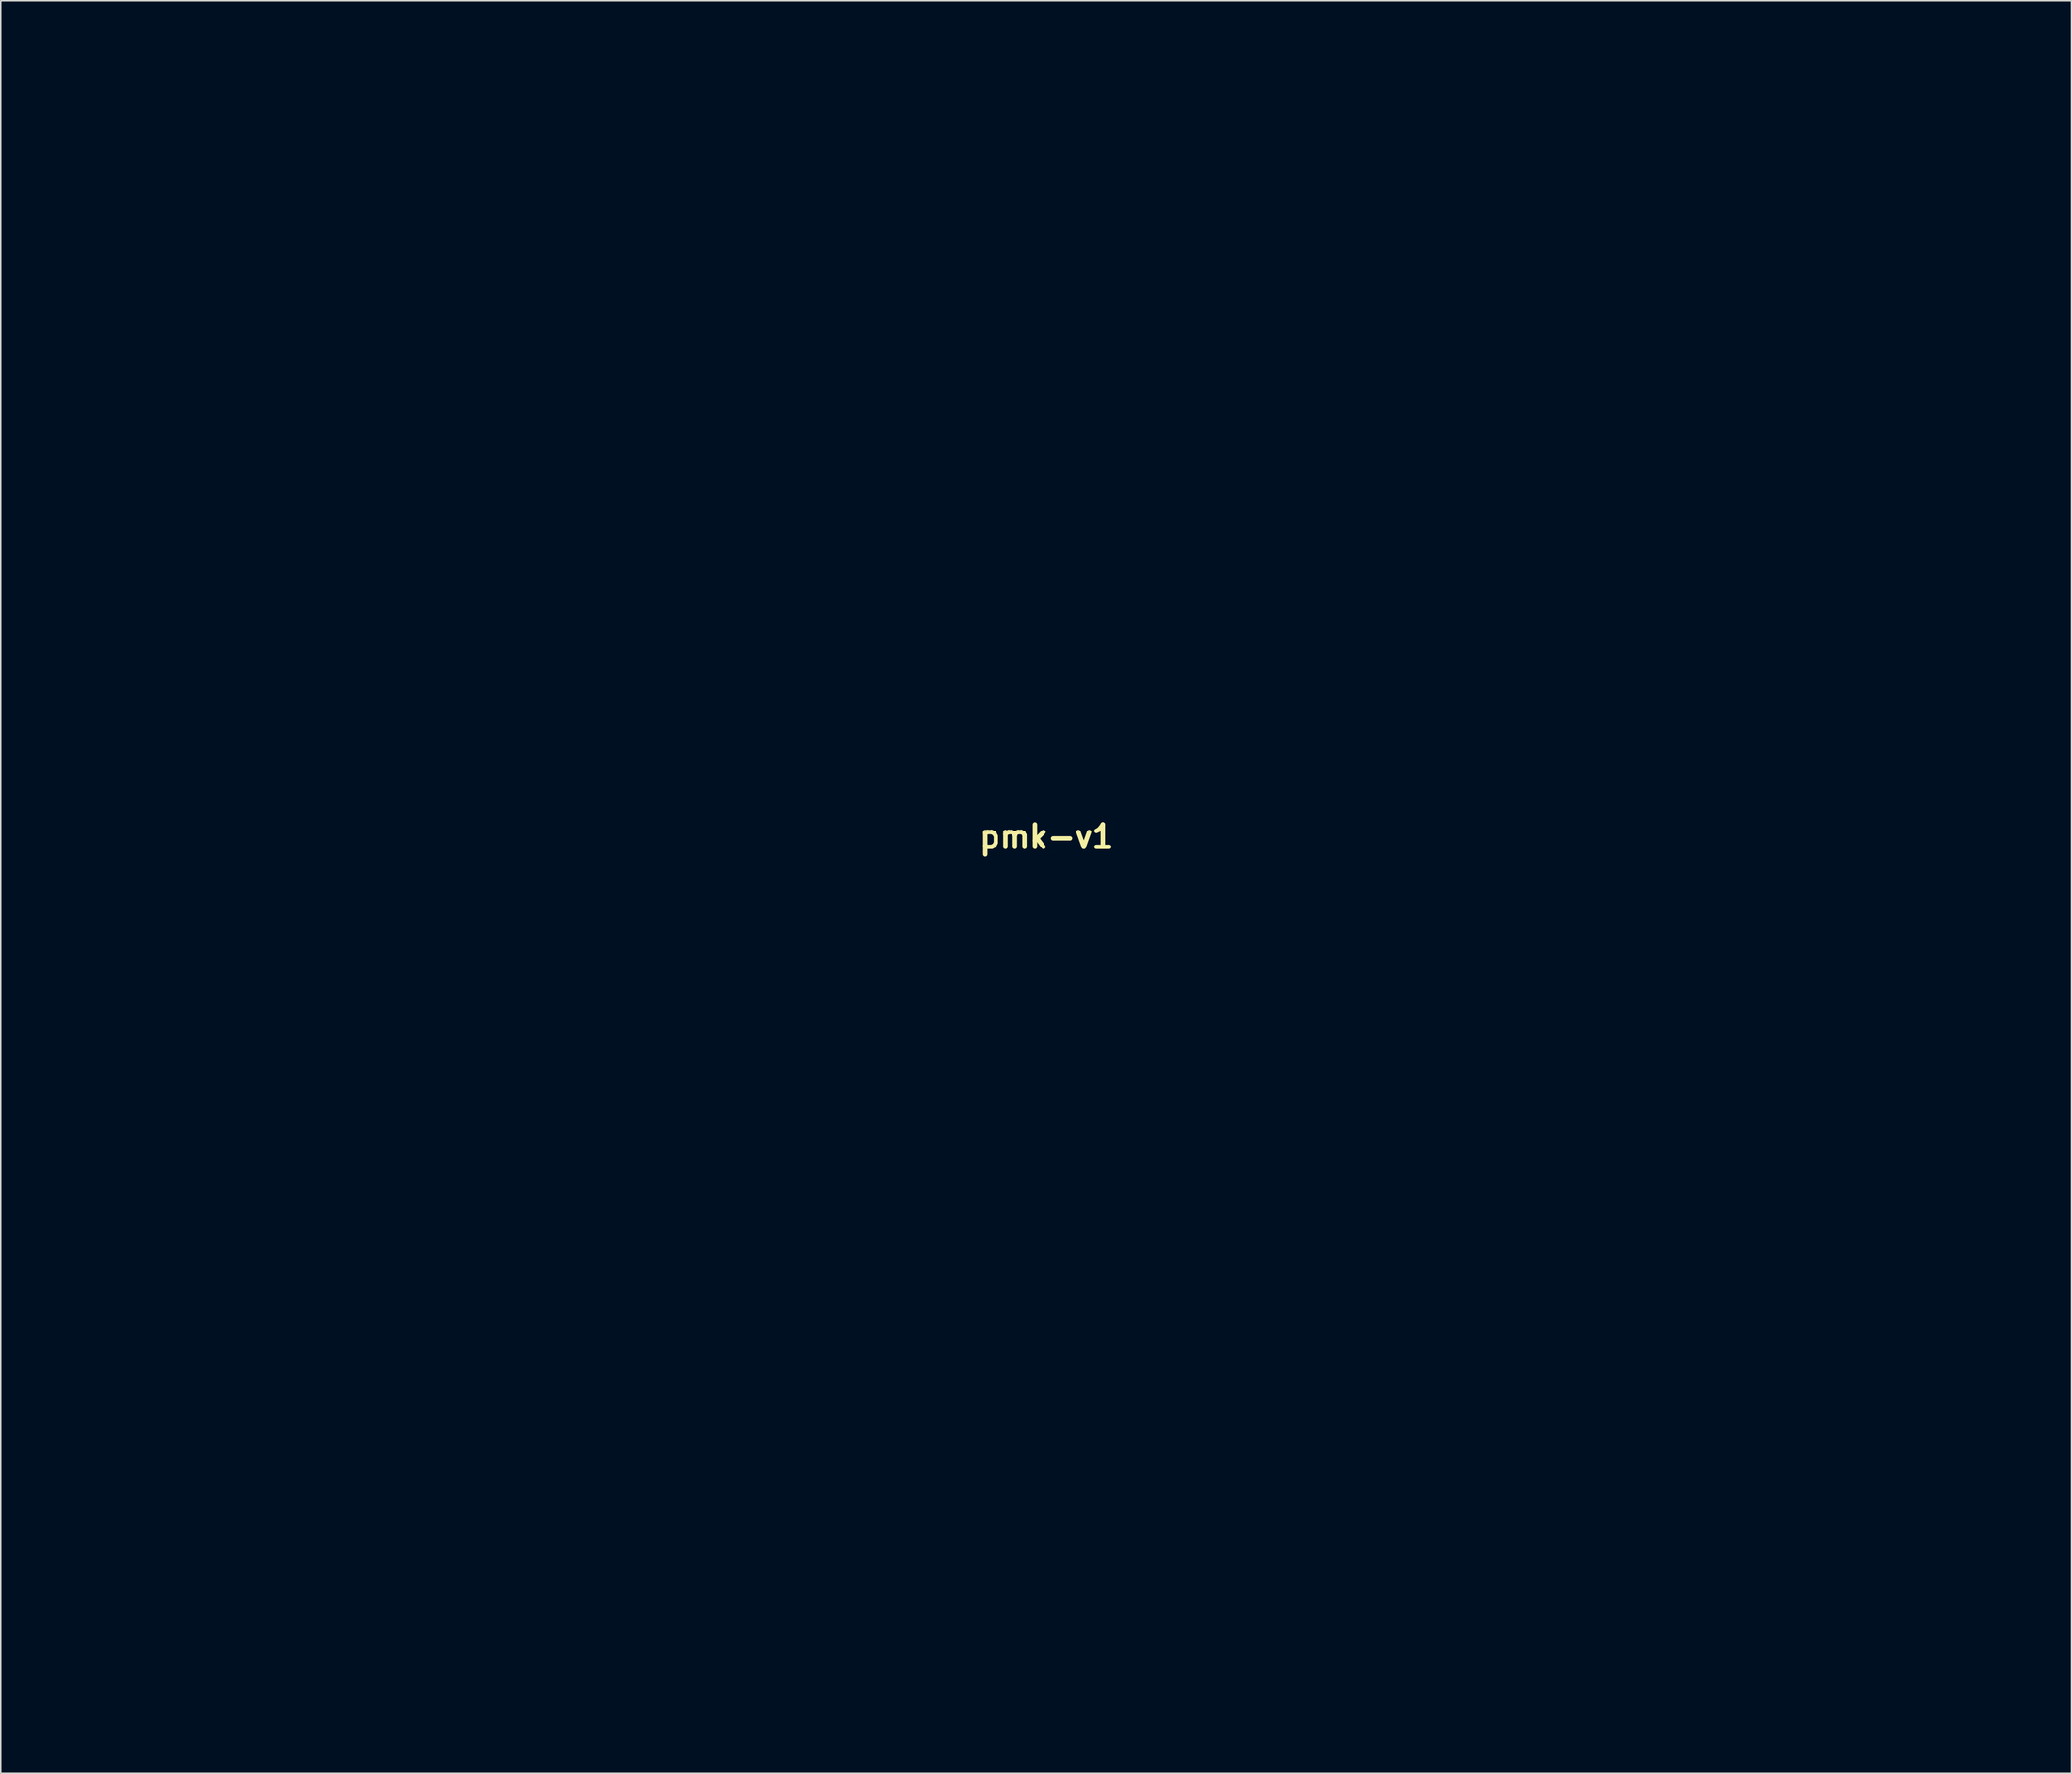
<source format=kicad_pcb>
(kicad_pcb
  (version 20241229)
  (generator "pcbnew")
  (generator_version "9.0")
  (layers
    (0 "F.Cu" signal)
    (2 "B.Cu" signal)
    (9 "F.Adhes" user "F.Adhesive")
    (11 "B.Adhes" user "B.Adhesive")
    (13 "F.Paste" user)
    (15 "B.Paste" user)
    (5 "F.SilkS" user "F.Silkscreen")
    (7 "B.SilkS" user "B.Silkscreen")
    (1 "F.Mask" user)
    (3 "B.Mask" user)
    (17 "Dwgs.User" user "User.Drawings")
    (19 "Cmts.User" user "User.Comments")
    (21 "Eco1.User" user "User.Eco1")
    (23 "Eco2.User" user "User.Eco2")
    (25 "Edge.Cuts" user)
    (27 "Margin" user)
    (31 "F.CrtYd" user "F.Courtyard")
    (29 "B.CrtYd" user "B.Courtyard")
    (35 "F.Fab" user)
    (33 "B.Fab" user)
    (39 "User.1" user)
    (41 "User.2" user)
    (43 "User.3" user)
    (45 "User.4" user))
  (footprint "pmk-v1"
    (layer "F.Cu")
    (at 68.623 54.282)
    (property "Reference" "pmk-v1" (at 0 0 0) (layer "F.SilkS") (effects (font (size 1.524 1.524) (thickness 0.3))))
    (attr board_only exclude_from_pos_files exclude_from_bom)
    (fp_poly (pts (xy 27.227 -37.989) (xy 27.147 -38.049) (xy 27.279 -38.078)) (stroke (width 0.1) (type solid)) (fill no) (layer "Eco1.User"))
    (fp_poly (pts (xy -62.177 3.307) (xy -62.309 3.44) (xy -62.442 3.307) (xy -62.309 3.175)) (stroke (width 0.1) (type solid)) (fill no) (layer "Eco1.User"))
    (fp_poly (pts (xy -44.45 9.657) (xy -44.582 9.79) (xy -44.715 9.657) (xy -44.582 9.525)) (stroke (width 0.1) (type solid)) (fill no) (layer "Eco1.User"))
    (fp_poly (pts (xy -44.185 -10.98) (xy -44.318 -10.848) (xy -44.45 -10.98) (xy -44.318 -11.113)) (stroke (width 0.1) (type solid)) (fill no) (layer "Eco1.User"))
    (fp_poly (pts (xy -29.987 -36.579) (xy -29.952 -36.037) (xy -29.987 -35.917) (xy -30.084 -35.884) (xy -30.121 -36.248) (xy -30.079 -36.624)) (stroke (width 0.1) (type solid)) (fill no) (layer "Eco1.User"))
    (fp_poly (pts (xy -15.169 -44.891) (xy -15.138 -44.577) (xy -15.169 -44.538) (xy -15.327 -44.575) (xy -15.346 -44.715) (xy -15.249 -44.932)) (stroke (width 0.1) (type solid)) (fill no) (layer "Eco1.User"))
    (fp_poly (pts (xy 28.046 -38.245) (xy 27.733 -38.176) (xy 27.279 -38.078) (xy 27.322 -38.152) (xy 27.719 -38.267) (xy 28.144 -38.287)) (stroke (width 0.1) (type solid)) (fill no) (layer "Eco1.User"))
    (fp_poly (pts (xy 42.245 29.457) (xy 42.277 29.771) (xy 42.245 29.81) (xy 42.088 29.773) (xy 42.069 29.633) (xy 42.166 29.416)) (stroke (width 0.1) (type solid)) (fill no) (layer "Eco1.User"))
    (fp_poly (pts (xy 43.303 31.574) (xy 43.267 31.731) (xy 43.127 31.75) (xy 42.909 31.653) (xy 42.951 31.574) (xy 43.265 31.542)) (stroke (width 0.1) (type solid)) (fill no) (layer "Eco1.User"))
    (fp_poly (pts (xy -1.019 -42.818) (xy -0.906 -42.517) (xy -1.049 -42.193) (xy -1.191 -42.157) (xy -1.451 -42.365) (xy -1.466 -42.576) (xy -1.279 -42.911)) (stroke (width 0.1) (type solid)) (fill no) (layer "Eco1.User"))
    (fp_poly (pts (xy -62.255 4.17) (xy -62.212 4.86) (xy -62.26 5.229) (xy -62.331 5.29) (xy -62.372 4.91) (xy -62.375 4.63) (xy -62.349 4.118) (xy -62.289 4.04)) (stroke (width 0.1) (type solid)) (fill no) (layer "Eco1.User"))
    (fp_poly (pts (xy -44.226 10.278) (xy -44.072 10.735) (xy -43.979 11.288) (xy -44.008 11.553) (xy -44.145 11.418) (xy -44.299 10.961) (xy -44.392 10.408) (xy -44.362 10.143)) (stroke (width 0.1) (type solid)) (fill no) (layer "Eco1.User"))
    (fp_poly (pts (xy -29.992 -34.899) (xy -29.979 -34.854) (xy -29.94 -34.277) (xy -29.989 -34.06) (xy -30.076 -34.051) (xy -30.111 -34.465) (xy -30.111 -34.528) (xy -30.073 -34.938)) (stroke (width 0.1) (type solid)) (fill no) (layer "Eco1.User"))
    (fp_poly (pts (xy -29.203 -42.215) (xy -29.078 -41.834) (xy -29.222 -41.638) (xy -29.603 -41.514) (xy -29.799 -41.658) (xy -29.924 -42.039) (xy -29.78 -42.235) (xy -29.399 -42.359)) (stroke (width 0.1) (type solid)) (fill no) (layer "Eco1.User"))
    (fp_poly (pts (xy 41.632 29.287) (xy 41.478 29.633) (xy 41.142 30.046) (xy 40.937 30.163) (xy 40.878 29.971) (xy 41.01 29.633) (xy 41.335 29.215) (xy 41.551 29.104)) (stroke (width 0.1) (type solid)) (fill no) (layer "Eco1.User"))
    (fp_poly (pts (xy 41.886 30.629) (xy 41.901 30.748) (xy 41.563 30.955) (xy 41.54 30.956) (xy 41.191 30.769) (xy 41.178 30.748) (xy 41.282 30.578) (xy 41.54 30.54)) (stroke (width 0.1) (type solid)) (fill no) (layer "Eco1.User"))
    (fp_poly (pts (xy -13.341 -30.269) (xy -13.391 -30.03) (xy -13.573 -29.345) (xy -13.699 -29.13) (xy -13.754 -29.408) (xy -13.754 -29.523) (xy -13.612 -30.171) (xy -13.482 -30.427) (xy -13.324 -30.576)) (stroke (width 0.1) (type solid)) (fill no) (layer "Eco1.User"))
    (fp_poly (pts (xy -43.729 -39.5) (xy -43.656 -39.291) (xy -43.872 -38.957) (xy -44.119 -38.898) (xy -44.413 -38.95) (xy -44.222 -39.13) (xy -43.993 -39.348) (xy -44.222 -39.502) (xy -44.379 -39.624) (xy -44.119 -39.667)) (stroke (width 0.1) (type solid)) (fill no) (layer "Eco1.User"))
    (fp_poly (pts (xy -43.619 -3.558) (xy -43.392 -3.44) (xy -43.128 -3.233) (xy -43.325 -3.184) (xy -43.392 -3.183) (xy -43.958 -3.322) (xy -44.185 -3.44) (xy -44.449 -3.646) (xy -44.252 -3.696) (xy -44.185 -3.696)) (stroke (width 0.1) (type solid)) (fill no) (layer "Eco1.User"))
    (fp_poly (pts (xy 30.19 22.374) (xy 30.274 22.651) (xy 30.112 22.846) (xy 29.63 23.31) (xy 29.405 23.548) (xy 29.25 23.646) (xy 29.369 23.309) (xy 29.482 23.076) (xy 29.83 22.555) (xy 30.137 22.358)) (stroke (width 0.1) (type solid)) (fill no) (layer "Eco1.User"))
    (fp_poly (pts (xy -65.645 -7.037) (xy -65.37 -6.169) (xy -64.955 -5.799) (xy -64.649 -5.652) (xy -64.808 -5.59) (xy -65.154 -5.575) (xy -65.591 -5.598) (xy -65.799 -5.789) (xy -65.854 -6.284) (xy -65.844 -6.813) (xy -65.806 -8.07)) (stroke (width 0.1) (type solid)) (fill no) (layer "Eco1.User"))
    (fp_poly (pts (xy 27.988 20.867) (xy 27.952 21.292) (xy 27.857 21.396) (xy 27.531 21.746) (xy 27.304 22.093) (xy 27.073 22.42) (xy 26.996 22.41) (xy 27.094 21.993) (xy 27.345 21.483) (xy 27.647 21.038) (xy 27.9 20.817)) (stroke (width 0.1) (type solid)) (fill no) (layer "Eco1.User"))
    (fp_poly (pts (xy 44.128 46.796) (xy 44.092 47.221) (xy 43.997 47.325) (xy 43.671 47.675) (xy 43.443 48.022) (xy 43.213 48.349) (xy 43.135 48.339) (xy 43.233 47.922) (xy 43.484 47.412) (xy 43.787 46.967) (xy 44.039 46.746)) (stroke (width 0.1) (type solid)) (fill no) (layer "Eco1.User"))
    (fp_poly (pts (xy 51.157 34.105) (xy 50.933 34.629) (xy 50.889 34.727) (xy 50.558 35.345) (xy 50.277 35.692) (xy 50.213 35.719) (xy 50.135 35.532) (xy 50.242 35.256) (xy 50.614 34.675) (xy 50.919 34.264) (xy 51.151 34)) (stroke (width 0.1) (type solid)) (fill no) (layer "Eco1.User"))
    (fp_poly (pts (xy 51.832 34.535) (xy 51.852 34.727) (xy 51.752 35.119) (xy 51.634 35.19) (xy 51.362 35.4) (xy 51.123 35.785) (xy 50.907 36.113) (xy 50.824 35.983) (xy 50.969 35.505) (xy 51.329 34.925) (xy 51.685 34.522)) (stroke (width 0.1) (type solid)) (fill no) (layer "Eco1.User"))
    (fp_poly (pts (xy -65.629 -25.319) (xy -65.581 -24.935) (xy -65.537 -24.128) (xy -65.531 -24.011) (xy -65.551 -23.277) (xy -65.666 -23.043) (xy -65.818 -23.317) (xy -65.932 -23.948) (xy -65.95 -24.666) (xy -65.85 -25.175) (xy -65.833 -25.205) (xy -65.705 -25.377)) (stroke (width 0.1) (type solid)) (fill no) (layer "Eco1.User"))
    (fp_poly (pts (xy -15.74 -30.467) (xy -15.513 -29.924) (xy -15.301 -29.265) (xy -15.167 -28.687) (xy -15.176 -28.392) (xy -15.392 -28.446) (xy -15.423 -28.491) (xy -15.612 -28.942) (xy -15.793 -29.575) (xy -15.922 -30.197) (xy -15.957 -30.617) (xy -15.918 -30.692)) (stroke (width 0.1) (type solid)) (fill no) (layer "Eco1.User"))
    (fp_poly (pts (xy -43.736 -7.513) (xy -43.46 -7.015) (xy -43.4 -6.762) (xy -43.509 -6.723) (xy -43.688 -6.964) (xy -43.926 -7.296) (xy -44.149 -7.203) (xy -44.345 -6.964) (xy -44.58 -6.69) (xy -44.575 -6.81) (xy -44.401 -7.233) (xy -44.158 -7.724) (xy -43.963 -7.776)) (stroke (width 0.1) (type solid)) (fill no) (layer "Eco1.User"))
    (fp_poly (pts (xy -41.649 -46.619) (xy -41.588 -46.21) (xy -41.565 -45.427) (xy -41.618 -44.909) (xy -41.696 -44.73) (xy -41.753 -45.045) (xy -41.768 -45.326) (xy -41.844 -45.982) (xy -42.024 -46.175) (xy -42.135 -46.135) (xy -42.257 -46.139) (xy -42.069 -46.428) (xy -41.778 -46.74)) (stroke (width 0.1) (type solid)) (fill no) (layer "Eco1.User"))
    (fp_poly (pts (xy -29.164 -39.646) (xy -29.153 -38.859) (xy -29.174 -38.591) (xy -29.25 -37.944) (xy -29.327 -37.631) (xy -29.356 -37.637) (xy -29.444 -38.051) (xy -29.472 -38.298) (xy -29.631 -38.912) (xy -29.733 -39.115) (xy -29.778 -39.594) (xy -29.668 -39.759) (xy -29.334 -39.942)) (stroke (width 0.1) (type solid)) (fill no) (layer "Eco1.User"))
    (fp_poly (pts (xy -43.915 3.919) (xy -43.426 4.225) (xy -43.459 4.551) (xy -43.901 4.807) (xy -44.33 4.916) (xy -44.45 4.878) (xy -44.237 4.691) (xy -43.855 4.506) (xy -43.503 4.326) (xy -43.648 4.253) (xy -43.707 4.25) (xy -44.185 4.098) (xy -44.316 3.972) (xy -44.261 3.834)) (stroke (width 0.1) (type solid)) (fill no) (layer "Eco1.User"))
    (fp_poly (pts (xy 13.438 -40.884) (xy 13.28 -40.815) (xy 13.005 -40.514) (xy 13.026 -40.064) (xy 13.281 -39.705) (xy 13.586 -39.639) (xy 13.92 -39.599) (xy 13.902 -39.441) (xy 13.491 -39.176) (xy 13.016 -39.275) (xy 12.802 -39.54) (xy 12.717 -40.181) (xy 12.903 -40.704) (xy 13.232 -40.901)) (stroke (width 0.1) (type solid)) (fill no) (layer "Eco1.User"))
    (fp_poly (pts (xy 28.196 -27.167) (xy 28.342 -27.106) (xy 28.259 -27.072) (xy 27.909 -26.746) (xy 27.721 -25.963) (xy 27.71 -25.846) (xy 27.609 -24.739) (xy 27.563 -25.844) (xy 27.455 -26.634) (xy 27.189 -27.015) (xy 27.054 -27.07) (xy 26.99 -27.143) (xy 27.369 -27.186) (xy 27.649 -27.191)) (stroke (width 0.1) (type solid)) (fill no) (layer "Eco1.User"))
    (fp_poly (pts (xy 27.76 -37.587) (xy 28.197 -37.096) (xy 28.191 -36.554) (xy 27.874 -36.098) (xy 27.443 -35.992) (xy 27.138 -36.218) (xy 27.222 -36.397) (xy 27.453 -36.416) (xy 27.841 -36.57) (xy 27.914 -36.777) (xy 27.7 -37.091) (xy 27.436 -37.135) (xy 27.075 -37.249) (xy 27.039 -37.664) (xy 27.227 -37.989)) (stroke (width 0.1) (type solid)) (fill no) (layer "Eco1.User"))
    (fp_poly (pts (xy -43.275 7.168) (xy -43.639 7.388) (xy -43.87 7.425) (xy -44.083 7.485) (xy -43.802 7.648) (xy -43.722 7.681) (xy -43.266 7.915) (xy -43.127 8.061) (xy -43.145 8.167) (xy -43.309 8.143) (xy -43.78 7.96) (xy -43.872 7.923) (xy -44.302 7.624) (xy -44.22 7.318) (xy -43.66 7.068) (xy -43.299 7.049)) (stroke (width 0.1) (type solid)) (fill no) (layer "Eco1.User"))
    (fp_poly (pts (xy -64.091 3.327) (xy -63.689 3.659) (xy -63.434 3.781) (xy -63.081 4.138) (xy -63.002 4.82) (xy -63.033 5.689) (xy -63.201 4.917) (xy -63.447 4.251) (xy -63.739 4.057) (xy -63.994 4.345) (xy -64.101 4.813) (xy -64.166 5.197) (xy -64.211 5.092) (xy -64.244 4.481) (xy -64.247 4.366) (xy -64.235 3.675) (xy -64.163 3.32)) (stroke (width 0.1) (type solid)) (fill no) (layer "Eco1.User"))
    (fp_poly (pts (xy 45.719 14.914) (xy 45.867 14.971) (xy 46.239 15.352) (xy 46.238 15.96) (xy 46.025 16.404) (xy 45.863 16.568) (xy 45.882 16.276) (xy 45.926 16.073) (xy 45.937 15.503) (xy 45.673 15.343) (xy 45.227 15.622) (xy 45.06 15.809) (xy 44.822 16.081) (xy 44.844 15.949) (xy 45 15.61) (xy 45.272 15.06) (xy 45.459 14.866)) (stroke (width 0.1) (type solid)) (fill no) (layer "Eco1.User"))
    (fp_poly (pts (xy -43.59 -46.792) (xy -43.049 -46.759) (xy -43.014 -46.718) (xy -43.458 -46.642) (xy -44.047 -46.445) (xy -44.132 -46.152) (xy -43.7 -45.828) (xy -43.59 -45.781) (xy -42.995 -45.542) (xy -43.572 -45.525) (xy -44.097 -45.295) (xy -44.263 -44.913) (xy -44.334 -44.796) (xy -44.391 -45.135) (xy -44.414 -45.574) (xy -44.42 -46.331) (xy -44.318 -46.695) (xy -44.018 -46.8)) (stroke (width 0.1) (type solid)) (fill no) (layer "Eco1.User"))
    (fp_poly (pts (xy -29.303 -50.231) (xy -28.762 -50.199) (xy -28.726 -50.157) (xy -29.17 -50.081) (xy -29.76 -49.884) (xy -29.844 -49.591) (xy -29.413 -49.268) (xy -29.303 -49.221) (xy -28.707 -48.981) (xy -29.284 -48.965) (xy -29.809 -48.735) (xy -29.976 -48.353) (xy -30.046 -48.236) (xy -30.104 -48.575) (xy -30.126 -49.014) (xy -30.132 -49.771) (xy -30.031 -50.134) (xy -29.73 -50.24)) (stroke (width 0.1) (type solid)) (fill no) (layer "Eco1.User"))
    (fp_poly (pts (xy -15.015 -52.083) (xy -14.474 -52.051) (xy -14.439 -52.01) (xy -14.883 -51.933) (xy -15.472 -51.736) (xy -15.557 -51.443) (xy -15.125 -51.12) (xy -15.015 -51.073) (xy -14.42 -50.834) (xy -14.997 -50.817) (xy -15.522 -50.587) (xy -15.688 -50.205) (xy -15.759 -50.088) (xy -15.816 -50.427) (xy -15.839 -50.866) (xy -15.845 -51.623) (xy -15.743 -51.986) (xy -15.443 -52.092)) (stroke (width 0.1) (type solid)) (fill no) (layer "Eco1.User"))
    (fp_poly (pts (xy -14.484 -30.684) (xy -14.33 -30.335) (xy -14.141 -29.725) (xy -13.969 -29.059) (xy -13.869 -28.541) (xy -13.873 -28.372) (xy -14.065 -28.449) (xy -14.092 -28.491) (xy -14.239 -28.884) (xy -14.414 -29.501) (xy -14.565 -30.01) (xy -14.691 -30.049) (xy -14.828 -29.766) (xy -15 -29.471) (xy -15.059 -29.633) (xy -14.975 -30.078) (xy -14.77 -30.505) (xy -14.553 -30.713)) (stroke (width 0.1) (type solid)) (fill no) (layer "Eco1.User"))
    (fp_poly (pts (xy -0.728 -50.231) (xy -0.187 -50.199) (xy -0.151 -50.157) (xy -0.595 -50.081) (xy -1.185 -49.884) (xy -1.269 -49.591) (xy -0.838 -49.268) (xy -0.728 -49.221) (xy -0.132 -48.981) (xy -0.709 -48.965) (xy -1.234 -48.735) (xy -1.401 -48.353) (xy -1.471 -48.236) (xy -1.529 -48.575) (xy -1.551 -49.014) (xy -1.557 -49.771) (xy -1.456 -50.134) (xy -1.155 -50.24)) (stroke (width 0.1) (type solid)) (fill no) (layer "Eco1.User"))
    (fp_poly (pts (xy 13.56 -48.379) (xy 14.101 -48.347) (xy 14.136 -48.305) (xy 13.692 -48.229) (xy 13.103 -48.032) (xy 13.018 -47.739) (xy 13.45 -47.416) (xy 13.56 -47.369) (xy 14.155 -47.129) (xy 13.578 -47.113) (xy 13.053 -46.883) (xy 12.887 -46.501) (xy 12.816 -46.384) (xy 12.759 -46.723) (xy 12.736 -47.162) (xy 12.73 -47.919) (xy 12.832 -48.282) (xy 13.132 -48.388)) (stroke (width 0.1) (type solid)) (fill no) (layer "Eco1.User"))
    (fp_poly (pts (xy 13.56 -12.925) (xy 14.101 -12.892) (xy 14.136 -12.851) (xy 13.692 -12.775) (xy 13.103 -12.578) (xy 13.018 -12.285) (xy 13.45 -11.962) (xy 13.56 -11.914) (xy 14.155 -11.675) (xy 13.578 -11.658) (xy 13.053 -11.428) (xy 12.887 -11.046) (xy 12.816 -10.93) (xy 12.759 -11.269) (xy 12.736 -11.708) (xy 12.73 -12.465) (xy 12.832 -12.828) (xy 13.132 -12.934)) (stroke (width 0.1) (type solid)) (fill no) (layer "Eco1.User"))
    (fp_poly (pts (xy 26.905 20.623) (xy 26.942 21.142) (xy 26.605 21.679) (xy 26.547 21.73) (xy 26.252 21.945) (xy 26.275 21.789) (xy 26.415 21.515) (xy 26.68 20.941) (xy 26.644 20.689) (xy 26.354 20.637) (xy 25.954 20.852) (xy 25.819 21.072) (xy 25.614 21.371) (xy 25.508 21.363) (xy 25.474 21.029) (xy 25.749 20.632) (xy 26.172 20.344) (xy 26.5 20.307)) (stroke (width 0.1) (type solid)) (fill no) (layer "Eco1.User"))
    (fp_poly (pts (xy 27.847 -48.379) (xy 28.388 -48.347) (xy 28.424 -48.305) (xy 27.98 -48.229) (xy 27.39 -48.032) (xy 27.306 -47.739) (xy 27.737 -47.416) (xy 27.847 -47.369) (xy 28.443 -47.129) (xy 27.866 -47.113) (xy 27.341 -46.883) (xy 27.174 -46.501) (xy 27.104 -46.384) (xy 27.046 -46.723) (xy 27.024 -47.162) (xy 27.018 -47.919) (xy 27.119 -48.282) (xy 27.42 -48.388)) (stroke (width 0.1) (type solid)) (fill no) (layer "Eco1.User"))
    (fp_poly (pts (xy -61.124 -38.998) (xy -61.063 -38.944) (xy -60.979 -38.762) (xy -61.346 -38.808) (xy -61.368 -38.813) (xy -61.798 -38.852) (xy -61.893 -38.552) (xy -61.87 -38.335) (xy -61.664 -37.852) (xy -61.291 -37.787) (xy -60.957 -37.747) (xy -60.976 -37.589) (xy -61.394 -37.326) (xy -61.9 -37.404) (xy -62.001 -37.483) (xy -62.139 -37.861) (xy -62.177 -38.285) (xy -62.001 -38.843) (xy -61.592 -39.116)) (stroke (width 0.1) (type solid)) (fill no) (layer "Eco1.User"))
    (fp_poly (pts (xy 44.32 13.335) (xy 44.764 13.614) (xy 45.376 14.052) (xy 44.648 13.877) (xy 44.075 13.852) (xy 43.93 14.083) (xy 44.253 14.468) (xy 44.384 14.559) (xy 44.693 14.773) (xy 44.54 14.758) (xy 44.35 14.7) (xy 43.761 14.708) (xy 43.49 14.844) (xy 43.189 15.018) (xy 43.127 14.972) (xy 43.258 14.651) (xy 43.585 14.064) (xy 44.011 13.384) (xy 44.088 13.268)) (stroke (width 0.1) (type solid)) (fill no) (layer "Eco1.User"))
    (fp_poly (pts (xy 42.985 30.084) (xy 42.953 30.308) (xy 43.009 30.634) (xy 43.247 30.692) (xy 43.544 30.558) (xy 43.501 30.361) (xy 43.427 30.166) (xy 43.647 30.338) (xy 43.87 30.751) (xy 43.692 31.026) (xy 43.242 31.01) (xy 43.13 30.958) (xy 42.714 30.843) (xy 42.517 31.152) (xy 42.516 31.156) (xy 42.421 31.319) (xy 42.366 30.968) (xy 42.364 30.918) (xy 42.471 30.34) (xy 42.717 30.072)) (stroke (width 0.1) (type solid)) (fill no) (layer "Eco1.User"))
    (fp_poly (pts (xy 43.058 45.73) (xy 43.285 45.978) (xy 43.273 46.132) (xy 43.217 46.044) (xy 42.849 45.791) (xy 42.322 45.846) (xy 41.88 46.173) (xy 41.832 46.25) (xy 41.715 46.861) (xy 42.089 47.292) (xy 42.466 47.431) (xy 42.827 47.536) (xy 42.677 47.579) (xy 42.432 47.594) (xy 41.818 47.441) (xy 41.533 47.22) (xy 41.326 46.633) (xy 41.514 46.046) (xy 41.99 45.637) (xy 42.514 45.557)) (stroke (width 0.1) (type solid)) (fill no) (layer "Eco1.User"))
    (fp_poly (pts (xy -28.521 -0.083) (xy -28.766 0.367) (xy -28.863 0.504) (xy -29.193 1.084) (xy -29.271 1.517) (xy -29.252 1.562) (xy -29.25 1.824) (xy -29.353 1.852) (xy -29.59 1.633) (xy -29.633 1.382) (xy -29.78 0.813) (xy -30.045 0.323) (xy -30.291 -0.14) (xy -30.202 -0.247) (xy -29.864 0.035) (xy -29.728 0.198) (xy -29.43 0.517) (xy -29.221 0.404) (xy -29.091 0.198) (xy -28.75 -0.183) (xy -28.554 -0.265)) (stroke (width 0.1) (type solid)) (fill no) (layer "Eco1.User"))
    (fp_poly (pts (xy -14.829 -41.619) (xy -14.624 -41.174) (xy -14.846 -40.602) (xy -14.917 -40.517) (xy -15.288 -40.025) (xy -15.242 -39.751) (xy -14.883 -39.605) (xy -14.735 -39.512) (xy -15.089 -39.456) (xy -15.147 -39.454) (xy -15.675 -39.509) (xy -15.875 -39.672) (xy -15.683 -40.03) (xy -15.612 -40.083) (xy -15.281 -40.434) (xy -15.071 -40.765) (xy -14.947 -41.191) (xy -15.241 -41.458) (xy -15.4 -41.527) (xy -16.007 -41.771) (xy -15.404 -41.787)) (stroke (width 0.1) (type solid)) (fill no) (layer "Eco1.User"))
    (fp_poly (pts (xy 40.638 28.398) (xy 40.881 28.765) (xy 40.728 29.409) (xy 40.696 29.472) (xy 40.406 29.936) (xy 40.121 29.981) (xy 39.742 29.747) (xy 39.359 29.367) (xy 39.302 29.086) (xy 39.604 28.843) (xy 39.811 28.969) (xy 39.783 29.236) (xy 39.748 29.586) (xy 40.006 29.553) (xy 40.368 29.255) (xy 40.707 28.823) (xy 40.581 28.607) (xy 40.151 28.544) (xy 39.775 28.504) (xy 39.906 28.425) (xy 40.046 28.387)) (stroke (width 0.1) (type solid)) (fill no) (layer "Eco1.User"))
    (fp_poly (pts (xy -27.189 -50.045) (xy -26.988 -49.637) (xy -27.162 -49.142) (xy -27.384 -48.853) (xy -27.735 -48.426) (xy -27.65 -48.191) (xy -27.318 -48.072) (xy -27.17 -47.979) (xy -27.524 -47.923) (xy -27.583 -47.92) (xy -28.11 -47.968) (xy -28.31 -48.113) (xy -28.134 -48.44) (xy -27.781 -48.816) (xy -27.347 -49.349) (xy -27.266 -49.766) (xy -27.535 -49.953) (xy -27.819 -49.92) (xy -28.188 -49.872) (xy -28.104 -50.054) (xy -28.102 -50.056) (xy -27.646 -50.222)) (stroke (width 0.1) (type solid)) (fill no) (layer "Eco1.User"))
    (fp_poly (pts (xy -12.987 -51.907) (xy -12.788 -51.31) (xy -12.777 -50.882) (xy -12.937 -50.187) (xy -13.26 -49.782) (xy -13.641 -49.752) (xy -13.88 -49.989) (xy -13.855 -50.158) (xy -13.667 -50.117) (xy -13.257 -50.139) (xy -13.042 -50.419) (xy -13.159 -50.75) (xy -13.224 -50.797) (xy -13.399 -51.04) (xy -13.257 -51.179) (xy -12.966 -51.524) (xy -13.114 -51.772) (xy -13.532 -51.772) (xy -13.901 -51.724) (xy -13.816 -51.906) (xy -13.814 -51.908) (xy -13.356 -52.133)) (stroke (width 0.1) (type solid)) (fill no) (layer "Eco1.User"))
    (fp_poly (pts (xy 14.348 1.543) (xy 14.223 2.103) (xy 14.085 2.514) (xy 13.791 3.208) (xy 13.537 3.637) (xy 13.447 3.704) (xy 13.264 3.474) (xy 13.039 2.897) (xy 12.957 2.619) (xy 12.809 1.919) (xy 12.785 1.457) (xy 12.813 1.386) (xy 12.957 1.507) (xy 13.112 1.999) (xy 13.128 2.074) (xy 13.335 2.729) (xy 13.568 2.861) (xy 13.797 2.468) (xy 13.891 2.117) (xy 14.079 1.561) (xy 14.291 1.323) (xy 14.296 1.323)) (stroke (width 0.1) (type solid)) (fill no) (layer "Eco1.User"))
    (fp_poly (pts (xy 45.213 47.504) (xy 45.244 47.657) (xy 45.393 47.776) (xy 45.684 47.591) (xy 45.984 47.372) (xy 45.951 47.539) (xy 45.836 47.757) (xy 45.429 48.397) (xy 45.116 48.816) (xy 44.819 49.167) (xy 44.816 49.087) (xy 44.989 48.721) (xy 45.141 48.151) (xy 45.034 47.803) (xy 44.765 47.78) (xy 44.453 48.148) (xy 44.176 48.538) (xy 44.01 48.596) (xy 44.016 48.292) (xy 44.173 47.912) (xy 44.532 47.511) (xy 44.94 47.361)) (stroke (width 0.1) (type solid)) (fill no) (layer "Eco1.User"))
    (fp_poly (pts (xy -0.601 -39.765) (xy -0.431 -39.393) (xy -0.397 -38.765) (xy -0.469 -38.013) (xy -0.71 -37.668) (xy -0.835 -37.626) (xy -1.305 -37.694) (xy -1.444 -37.818) (xy -1.42 -37.987) (xy -1.231 -37.947) (xy -0.781 -37.995) (xy -0.641 -38.132) (xy -0.609 -38.476) (xy -0.719 -38.56) (xy -0.886 -38.852) (xy -0.855 -39.216) (xy -0.821 -39.616) (xy -1.087 -39.63) (xy -1.148 -39.608) (xy -1.514 -39.591) (xy -1.587 -39.714) (xy -1.368 -39.896) (xy -0.992 -39.904)) (stroke (width 0.1) (type solid)) (fill no) (layer "Eco1.User"))
    (fp_poly (pts (xy -0.063 -0.09) (xy 0.22 0.265) (xy 0.262 0.52) (xy 0.033 0.397) (xy -0.086 0.301) (xy -0.652 0.069) (xy -1.124 0.24) (xy -1.323 0.749) (xy -1.323 0.753) (xy -1.15 1.366) (xy -0.734 1.704) (xy -0.235 1.657) (xy -0.126 1.582) (xy 0.161 1.389) (xy 0.141 1.598) (xy 0.11 1.682) (xy -0.265 2.052) (xy -0.827 2.065) (xy -1.27 1.799) (xy -1.555 1.196) (xy -1.506 0.487) (xy -1.203 0.011) (xy -0.623 -0.221)) (stroke (width 0.1) (type solid)) (fill no) (layer "Eco1.User"))
    (fp_poly (pts (xy 38.918 27.53) (xy 39.366 27.957) (xy 39.371 28.424) (xy 38.995 28.82) (xy 38.303 29.031) (xy 38.062 29.042) (xy 37.363 29.038) (xy 37.719 28.434) (xy 38.1 28.434) (xy 38.269 28.779) (xy 38.629 28.797) (xy 38.963 28.495) (xy 39.004 28.405) (xy 39.085 27.97) (xy 39.044 27.843) (xy 38.696 27.796) (xy 38.301 28.038) (xy 38.1 28.416) (xy 38.1 28.434) (xy 37.719 28.434) (xy 37.888 28.149) (xy 38.275 27.585) (xy 38.597 27.422)) (stroke (width 0.1) (type solid)) (fill no) (layer "Eco1.User"))
    (fp_poly (pts (xy 57.785 24.968) (xy 58.422 25.213) (xy 58.864 25.398) (xy 60.093 25.924) (xy 59.423 27.049) (xy 58.996 27.711) (xy 58.656 28.145) (xy 58.546 28.231) (xy 58.244 28.107) (xy 57.699 27.725) (xy 57.331 27.425) (xy 56.322 26.562) (xy 56.456 26.326) (xy 57.679 26.326) (xy 57.811 26.458) (xy 57.944 26.326) (xy 57.811 26.194) (xy 57.679 26.326) (xy 56.456 26.326) (xy 56.802 25.718) (xy 57.16 25.165) (xy 57.427 24.882) (xy 57.459 24.873)) (stroke (width 0.1) (type solid)) (fill no) (layer "Eco1.User"))
    (fp_poly (pts (xy -64.922 3.812) (xy -64.823 3.96) (xy -65.017 4.106) (xy -65.22 4.064) (xy -65.56 4.076) (xy -65.617 4.205) (xy -65.401 4.461) (xy -65.2 4.498) (xy -64.899 4.665) (xy -64.895 5.028) (xy -65.145 5.381) (xy -65.421 5.506) (xy -65.807 5.455) (xy -65.881 5.319) (xy -65.688 5.157) (xy -65.484 5.196) (xy -65.144 5.198) (xy -65.088 5.084) (xy -65.299 4.769) (xy -65.484 4.667) (xy -65.839 4.343) (xy -65.82 3.948) (xy -65.459 3.712) (xy -65.352 3.704)) (stroke (width 0.1) (type solid)) (fill no) (layer "Eco1.User"))
    (fp_poly (pts (xy -64.647 -11.025) (xy -64.175 -10.757) (xy -64.073 -10.583) (xy -64.032 -10.328) (xy -64.261 -10.451) (xy -64.38 -10.547) (xy -64.945 -10.779) (xy -65.418 -10.608) (xy -65.617 -10.099) (xy -65.617 -10.095) (xy -65.437 -9.462) (xy -65 -9.14) (xy -64.458 -9.227) (xy -64.36 -9.294) (xy -64.046 -9.523) (xy -64.112 -9.386) (xy -64.26 -9.194) (xy -64.804 -8.772) (xy -65.359 -8.879) (xy -65.564 -9.049) (xy -65.84 -9.644) (xy -65.818 -10.393) (xy -65.649 -10.805) (xy -65.228 -11.053)) (stroke (width 0.1) (type solid)) (fill no) (layer "Eco1.User"))
    (fp_poly (pts (xy -62.805 -39.051) (xy -62.706 -38.902) (xy -62.9 -38.756) (xy -63.103 -38.798) (xy -63.443 -38.786) (xy -63.5 -38.657) (xy -63.285 -38.401) (xy -63.084 -38.365) (xy -62.782 -38.198) (xy -62.779 -37.835) (xy -63.028 -37.482) (xy -63.305 -37.356) (xy -63.69 -37.408) (xy -63.765 -37.543) (xy -63.571 -37.705) (xy -63.368 -37.667) (xy -63.027 -37.665) (xy -62.971 -37.779) (xy -63.182 -38.094) (xy -63.368 -38.196) (xy -63.722 -38.519) (xy -63.703 -38.914) (xy -63.343 -39.15) (xy -63.235 -39.158)) (stroke (width 0.1) (type solid)) (fill no) (layer "Eco1.User"))
    (fp_poly (pts (xy -57.602 -7.801) (xy -57.931 -7.472) (xy -57.934 -7.469) (xy -58.513 -7.001) (xy -57.944 -6.279) (xy -57.641 -5.807) (xy -57.615 -5.565) (xy -57.651 -5.556) (xy -57.979 -5.763) (xy -58.208 -6.085) (xy -58.58 -6.549) (xy -58.892 -6.5) (xy -59.08 -6.019) (xy -59.144 -5.911) (xy -59.188 -6.256) (xy -59.2 -6.747) (xy -59.183 -7.4) (xy -59.132 -7.681) (xy -59.084 -7.607) (xy -58.841 -7.189) (xy -58.463 -7.283) (xy -58.208 -7.541) (xy -57.812 -7.874) (xy -57.617 -7.938)) (stroke (width 0.1) (type solid)) (fill no) (layer "Eco1.User"))
    (fp_poly (pts (xy 1.553 -49.798) (xy 1.587 -49.08) (xy 1.535 -48.37) (xy 1.402 -47.944) (xy 1.323 -47.89) (xy 1.066 -48.091) (xy 1.058 -48.154) (xy 0.844 -48.389) (xy 0.661 -48.419) (xy 0.344 -48.476) (xy 0.314 -48.719) (xy 0.501 -49.102) (xy 0.815 -49.102) (xy 0.863 -48.759) (xy 0.954 -48.755) (xy 1.017 -49.109) (xy 0.974 -49.262) (xy 0.857 -49.362) (xy 0.815 -49.102) (xy 0.501 -49.102) (xy 0.576 -49.256) (xy 0.719 -49.502) (xy 1.137 -50.1) (xy 1.409 -50.201)) (stroke (width 0.1) (type solid)) (fill no) (layer "Eco1.User"))
    (fp_poly (pts (xy 15.79 -48.345) (xy 15.633 -48.26) (xy 15.544 -48.236) (xy 15.126 -47.992) (xy 15.209 -47.685) (xy 15.497 -47.522) (xy 15.793 -47.18) (xy 15.802 -46.663) (xy 15.556 -46.22) (xy 15.304 -46.092) (xy 14.844 -46.146) (xy 14.712 -46.258) (xy 14.786 -46.449) (xy 15.008 -46.471) (xy 15.424 -46.659) (xy 15.561 -46.935) (xy 15.541 -47.296) (xy 15.177 -47.308) (xy 15.108 -47.291) (xy 14.672 -47.26) (xy 14.552 -47.364) (xy 14.741 -48.03) (xy 15.227 -48.371) (xy 15.44 -48.388)) (stroke (width 0.1) (type solid)) (fill no) (layer "Eco1.User"))
    (fp_poly (pts (xy -60.414 -7.85) (xy -59.942 -7.582) (xy -59.84 -7.408) (xy -59.798 -7.153) (xy -60.027 -7.276) (xy -60.146 -7.372) (xy -60.709 -7.62) (xy -61.143 -7.458) (xy -61.359 -7.003) (xy -61.27 -6.37) (xy -61.123 -6.085) (xy -60.858 -5.832) (xy -60.475 -5.939) (xy -60.304 -6.039) (xy -59.902 -6.253) (xy -59.823 -6.152) (xy -59.854 -6.039) (xy -60.201 -5.699) (xy -60.766 -5.62) (xy -61.291 -5.836) (xy -61.32 -5.864) (xy -61.606 -6.47) (xy -61.583 -7.226) (xy -61.416 -7.63) (xy -60.994 -7.878)) (stroke (width 0.1) (type solid)) (fill no) (layer "Eco1.User"))
    (fp_poly (pts (xy -60.007 -11.054) (xy -59.827 -10.8) (xy -59.844 -10.517) (xy -60.144 -9.982) (xy -60.507 -9.839) (xy -61.042 -9.528) (xy -61.199 -9.178) (xy -61.268 -9.071) (xy -61.325 -9.417) (xy -61.347 -9.856) (xy -61.35 -10.396) (xy -61.07 -10.396) (xy -60.937 -10.225) (xy -60.543 -10.124) (xy -60.181 -10.403) (xy -60.121 -10.534) (xy -60.251 -10.783) (xy -60.568 -10.848) (xy -61.043 -10.72) (xy -61.07 -10.396) (xy -61.35 -10.396) (xy -61.351 -10.613) (xy -61.246 -10.982) (xy -60.947 -11.102) (xy -60.571 -11.113)) (stroke (width 0.1) (type solid)) (fill no) (layer "Eco1.User"))
    (fp_poly (pts (xy -14.622 -24.297) (xy -14.694 -24.198) (xy -15.081 -24.025) (xy -15.743 -23.741) (xy -15.081 -23.539) (xy -14.42 -23.336) (xy -15.081 -23.291) (xy -15.521 -23.241) (xy -15.467 -23.143) (xy -15.214 -23.036) (xy -14.684 -22.825) (xy -15.214 -22.698) (xy -15.546 -22.586) (xy -15.44 -22.449) (xy -15.081 -22.282) (xy -14.699 -22.068) (xy -14.829 -21.979) (xy -14.864 -21.977) (xy -15.402 -22.14) (xy -15.724 -22.376) (xy -16.058 -22.818) (xy -16.14 -23.055) (xy -15.939 -23.709) (xy -15.459 -24.194) (xy -15.006 -24.325)) (stroke (width 0.1) (type solid)) (fill no) (layer "Eco1.User"))
    (fp_poly (pts (xy 49.958 33.976) (xy 49.95 34.695) (xy 49.826 35.175) (xy 49.641 35.329) (xy 49.446 35.069) (xy 49.396 34.908) (xy 49.159 34.485) (xy 48.675 34.47) (xy 48.633 34.48) (xy 48.32 34.526) (xy 48.346 34.383) (xy 48.58 34.147) (xy 49.212 34.147) (xy 49.414 34.389) (xy 49.477 34.396) (xy 49.709 34.18) (xy 49.742 33.983) (xy 49.613 33.709) (xy 49.477 33.734) (xy 49.223 34.073) (xy 49.212 34.147) (xy 48.58 34.147) (xy 48.74 33.986) (xy 48.948 33.796) (xy 49.874 32.957)) (stroke (width 0.1) (type solid)) (fill no) (layer "Eco1.User"))
    (fp_poly (pts (xy -65.021 -39.648) (xy -64.472 -39.616) (xy -64.43 -39.576) (xy -64.873 -39.501) (xy -64.905 -39.496) (xy -65.438 -39.296) (xy -65.492 -38.995) (xy -65.079 -38.691) (xy -64.803 -38.597) (xy -64.385 -38.468) (xy -64.449 -38.414) (xy -64.911 -38.391) (xy -65.445 -38.257) (xy -65.527 -37.981) (xy -65.172 -37.676) (xy -64.803 -37.538) (xy -64.428 -37.416) (xy -64.512 -37.359) (xy -65.021 -37.333) (xy -65.55 -37.345) (xy -65.8 -37.517) (xy -65.876 -37.992) (xy -65.881 -38.497) (xy -65.861 -39.227) (xy -65.732 -39.568) (xy -65.391 -39.658)) (stroke (width 0.1) (type solid)) (fill no) (layer "Eco1.User"))
    (fp_poly (pts (xy -63.033 -25.248) (xy -62.633 -24.919) (xy -62.358 -24.787) (xy -61.985 -24.425) (xy -61.927 -23.883) (xy -62.147 -23.377) (xy -62.608 -23.123) (xy -62.64 -23.121) (xy -63.005 -23.158) (xy -63.179 -23.408) (xy -63.222 -23.91) (xy -62.925 -23.91) (xy -62.782 -23.521) (xy -62.515 -23.385) (xy -62.444 -23.414) (xy -62.22 -23.789) (xy -62.177 -24.093) (xy -62.321 -24.535) (xy -62.639 -24.552) (xy -62.846 -24.329) (xy -62.925 -23.91) (xy -63.222 -23.91) (xy -63.23 -24.006) (xy -63.231 -24.312) (xy -63.193 -24.965) (xy -63.1 -25.271)) (stroke (width 0.1) (type solid)) (fill no) (layer "Eco1.User"))
    (fp_poly (pts (xy -62.295 -7.554) (xy -62.177 -6.797) (xy -62.177 -6.76) (xy -62.344 -6.01) (xy -62.765 -5.603) (xy -63.322 -5.607) (xy -63.712 -5.874) (xy -63.95 -6.362) (xy -64.009 -6.782) (xy -63.757 -6.782) (xy -63.655 -6.183) (xy -63.35 -5.838) (xy -62.97 -5.896) (xy -62.665 -6.278) (xy -62.574 -6.75) (xy -62.658 -7.331) (xy -62.971 -7.533) (xy -63.1 -7.541) (xy -63.564 -7.324) (xy -63.757 -6.782) (xy -64.009 -6.782) (xy -64.029 -6.927) (xy -63.9 -7.525) (xy -63.431 -7.812) (xy -63.383 -7.825) (xy -62.676 -7.878)) (stroke (width 0.1) (type solid)) (fill no) (layer "Eco1.User"))
    (fp_poly (pts (xy -28.706 -28.722) (xy -28.302 -28.236) (xy -28.168 -27.42) (xy -28.199 -26.814) (xy -28.433 -26.566) (xy -28.869 -26.515) (xy -29.517 -26.623) (xy -29.9 -26.857) (xy -30.095 -27.377) (xy -30.108 -27.754) (xy -29.867 -27.754) (xy -29.689 -27.193) (xy -29.636 -27.123) (xy -29.191 -26.856) (xy -28.804 -27.022) (xy -28.619 -27.529) (xy -28.627 -27.749) (xy -28.833 -28.301) (xy -29.233 -28.443) (xy -29.694 -28.237) (xy -29.867 -27.754) (xy -30.108 -27.754) (xy -30.115 -27.964) (xy -29.91 -28.561) (xy -29.407 -28.796) (xy -29.404 -28.796)) (stroke (width 0.1) (type solid)) (fill no) (layer "Eco1.User"))
    (fp_poly (pts (xy -14.366 -1.951) (xy -14.528 -1.636) (xy -14.713 -1.083) (xy -14.542 -0.556) (xy -14.432 -0.379) (xy -14.177 0.126) (xy -14.258 0.248) (xy -14.606 -0.057) (xy -14.721 -0.198) (xy -15.027 -0.517) (xy -15.275 -0.402) (xy -15.441 -0.198) (xy -15.842 0.215) (xy -15.994 0.192) (xy -15.826 -0.225) (xy -15.73 -0.379) (xy -15.459 -0.951) (xy -15.551 -1.467) (xy -15.635 -1.636) (xy -15.836 -2.049) (xy -15.746 -2.062) (xy -15.521 -1.886) (xy -15.1 -1.656) (xy -14.694 -1.843) (xy -14.641 -1.886) (xy -14.35 -2.099)) (stroke (width 0.1) (type solid)) (fill no) (layer "Eco1.User"))
    (fp_poly (pts (xy -0.728 -28.8) (xy -0.178 -28.768) (xy -0.136 -28.729) (xy -0.579 -28.653) (xy -0.611 -28.649) (xy -1.144 -28.448) (xy -1.198 -28.147) (xy -0.785 -27.843) (xy -0.51 -27.749) (xy -0.091 -27.62) (xy -0.156 -27.566) (xy -0.617 -27.543) (xy -1.151 -27.409) (xy -1.233 -27.133) (xy -0.878 -26.828) (xy -0.51 -26.69) (xy -0.134 -26.568) (xy -0.219 -26.511) (xy -0.728 -26.485) (xy -1.256 -26.497) (xy -1.506 -26.669) (xy -1.582 -27.144) (xy -1.587 -27.649) (xy -1.568 -28.38) (xy -1.439 -28.72) (xy -1.097 -28.81)) (stroke (width 0.1) (type solid)) (fill no) (layer "Eco1.User"))
    (fp_poly (pts (xy 28.493 21.85) (xy 28.46 21.933) (xy 28.535 22.209) (xy 28.738 22.333) (xy 29.035 22.358) (xy 28.986 22.03) (xy 28.912 21.73) (xy 29.112 21.865) (xy 29.118 21.871) (xy 29.326 22.29) (xy 29.135 22.559) (xy 28.675 22.535) (xy 28.559 22.481) (xy 28.159 22.343) (xy 28.046 22.571) (xy 28.046 22.593) (xy 28.265 22.979) (xy 28.509 23.101) (xy 28.829 23.201) (xy 28.632 23.244) (xy 28.501 23.253) (xy 28.024 23.087) (xy 27.877 22.886) (xy 27.826 22.32) (xy 28.028 21.848) (xy 28.318 21.696)) (stroke (width 0.1) (type solid)) (fill no) (layer "Eco1.User"))
    (fp_poly (pts (xy -0.19 -14.449) (xy 0.109 -14.045) (xy 0.166 -13.85) (xy 0.179 -13.005) (xy -0.241 -12.437) (xy -0.887 -12.219) (xy -1.315 -12.205) (xy -1.52 -12.387) (xy -1.583 -12.896) (xy -1.587 -13.344) (xy -1.582 -13.538) (xy -1.323 -13.538) (xy -1.204 -12.787) (xy -0.897 -12.476) (xy -0.474 -12.64) (xy -0.175 -13.011) (xy -0.031 -13.609) (xy -0.278 -14.099) (xy -0.785 -14.287) (xy -1.187 -14.158) (xy -1.32 -13.679) (xy -1.323 -13.538) (xy -1.582 -13.538) (xy -1.565 -14.083) (xy -1.436 -14.436) (xy -1.108 -14.544) (xy -0.799 -14.552)) (stroke (width 0.1) (type solid)) (fill no) (layer "Eco1.User"))
    (fp_poly (pts (xy -60.695 3.245) (xy -60.576 3.589) (xy -60.511 4.195) (xy -60.504 4.859) (xy -60.557 5.38) (xy -60.656 5.556) (xy -60.795 5.326) (xy -60.854 4.772) (xy -60.854 4.763) (xy -60.941 4.142) (xy -61.134 3.997) (xy -61.337 4.318) (xy -61.433 4.829) (xy -61.526 5.332) (xy -61.649 5.45) (xy -61.668 5.424) (xy -61.804 4.892) (xy -61.791 4.2) (xy -61.657 3.573) (xy -61.427 3.235) (xy -61.413 3.229) (xy -61.179 3.254) (xy -61.23 3.405) (xy -61.239 3.673) (xy -61.134 3.704) (xy -60.87 3.498) (xy -60.854 3.395) (xy -60.756 3.208)) (stroke (width 0.1) (type solid)) (fill no) (layer "Eco1.User"))
    (fp_poly (pts (xy -14.589 -16.18) (xy -14.396 -15.935) (xy -14.407 -15.781) (xy -14.462 -15.868) (xy -14.766 -16.077) (xy -15.221 -16.133) (xy -15.564 -16.024) (xy -15.61 -15.917) (xy -15.397 -15.659) (xy -14.93 -15.385) (xy -14.417 -14.983) (xy -14.338 -14.615) (xy -14.634 -14.232) (xy -15.163 -14.048) (xy -15.645 -14.151) (xy -15.687 -14.188) (xy -15.883 -14.537) (xy -15.755 -14.689) (xy -15.49 -14.562) (xy -15.04 -14.372) (xy -14.828 -14.413) (xy -14.562 -14.739) (xy -14.8 -15.036) (xy -15.231 -15.194) (xy -15.755 -15.478) (xy -15.823 -15.818) (xy -15.55 -16.145) (xy -15.058 -16.273)) (stroke (width 0.1) (type solid)) (fill no) (layer "Eco1.User"))
    (fp_poly (pts (xy 28.443 -12.837) (xy 28.732 -12.495) (xy 28.721 -12.341) (xy 28.665 -12.429) (xy 28.304 -12.663) (xy 27.774 -12.662) (xy 27.379 -12.426) (xy 27.375 -12.42) (xy 27.287 -11.931) (xy 27.423 -11.356) (xy 27.703 -10.931) (xy 27.903 -10.848) (xy 28.351 -11.012) (xy 28.489 -11.365) (xy 28.278 -11.667) (xy 28.115 -11.844) (xy 28.439 -11.902) (xy 28.485 -11.902) (xy 28.93 -11.751) (xy 28.946 -11.306) (xy 28.75 -10.914) (xy 28.299 -10.619) (xy 27.694 -10.66) (xy 27.305 -10.901) (xy 27.02 -11.504) (xy 27.069 -12.213) (xy 27.372 -12.689) (xy 27.912 -12.914)) (stroke (width 0.1) (type solid)) (fill no) (layer "Eco1.User"))
    (fp_poly (pts (xy -63.894 -24.663) (xy -63.724 -24.178) (xy -63.768 -23.621) (xy -64.023 -23.197) (xy -64.289 -23.092) (xy -64.791 -23.169) (xy -64.966 -23.3) (xy -64.988 -23.688) (xy -64.712 -23.688) (xy -64.691 -23.548) (xy -64.464 -23.296) (xy -64.426 -23.283) (xy -64.216 -23.468) (xy -64.161 -23.548) (xy -64.224 -23.772) (xy -64.426 -23.812) (xy -64.712 -23.688) (xy -64.988 -23.688) (xy -64.99 -23.73) (xy -64.646 -24.036) (xy -64.41 -24.077) (xy -64.069 -24.242) (xy -64.029 -24.373) (xy -64.239 -24.554) (xy -64.559 -24.529) (xy -64.917 -24.512) (xy -64.94 -24.631) (xy -64.581 -24.832) (xy -64.278 -24.871)) (stroke (width 0.1) (type solid)) (fill no) (layer "Eco1.User"))
    (fp_poly (pts (xy -62.44 -10.826) (xy -62.168 -10.159) (xy -62.086 -9.922) (xy -61.897 -9.232) (xy -61.868 -8.802) (xy -61.929 -8.731) (xy -62.149 -8.946) (xy -62.177 -9.128) (xy -62.359 -9.46) (xy -62.787 -9.486) (xy -63.281 -9.214) (xy -63.426 -9.062) (xy -63.699 -8.756) (xy -63.706 -8.887) (xy -63.627 -9.128) (xy -63.242 -10.202) (xy -62.971 -10.202) (xy -62.833 -9.84) (xy -62.706 -9.79) (xy -62.449 -9.979) (xy -62.442 -10.039) (xy -62.634 -10.397) (xy -62.706 -10.451) (xy -62.933 -10.391) (xy -62.971 -10.202) (xy -63.242 -10.202) (xy -63.223 -10.255) (xy -62.921 -10.897) (xy -62.676 -11.08)) (stroke (width 0.1) (type solid)) (fill no) (layer "Eco1.User"))
    (fp_poly (pts (xy -57.924 -10.856) (xy -57.739 -10.629) (xy -57.727 -10.415) (xy -58.009 -10.523) (xy -58.168 -10.619) (xy -58.66 -10.8) (xy -58.924 -10.736) (xy -58.937 -10.463) (xy -58.841 -10.405) (xy -58.146 -10.017) (xy -57.768 -9.524) (xy -57.76 -9.166) (xy -58.13 -8.82) (xy -58.69 -8.734) (xy -59.09 -8.908) (xy -59.26 -9.314) (xy -59.263 -9.371) (xy -59.154 -9.444) (xy -59.025 -9.288) (xy -58.661 -9.077) (xy -58.212 -9.14) (xy -57.95 -9.424) (xy -57.944 -9.488) (xy -58.168 -9.726) (xy -58.623 -9.903) (xy -59.147 -10.186) (xy -59.214 -10.527) (xy -58.929 -10.864) (xy -58.413 -10.98)) (stroke (width 0.1) (type solid)) (fill no) (layer "Eco1.User"))
    (fp_poly (pts (xy 24.911 18.644) (xy 25.343 18.884) (xy 25.708 19.138) (xy 25.83 19.291) (xy 25.797 19.301) (xy 25.359 19.176) (xy 25.142 19.06) (xy 24.709 18.982) (xy 24.559 19.127) (xy 24.606 19.486) (xy 24.949 19.777) (xy 25.324 20.006) (xy 25.245 20.041) (xy 24.805 19.95) (xy 24.234 19.945) (xy 24.074 20.21) (xy 24.357 20.644) (xy 24.54 20.798) (xy 24.862 21.088) (xy 24.759 21.12) (xy 24.269 20.888) (xy 24.209 20.855) (xy 23.763 20.599) (xy 23.603 20.499) (xy 23.646 20.245) (xy 23.864 19.728) (xy 24.161 19.143) (xy 24.439 18.682) (xy 24.589 18.53)) (stroke (width 0.1) (type solid)) (fill no) (layer "Eco1.User"))
    (fp_poly (pts (xy 30.029 -48.335) (xy 30.163 -48.181) (xy 29.972 -48.014) (xy 29.792 -48.048) (xy 29.364 -48.019) (xy 29.248 -47.908) (xy 29.309 -47.679) (xy 29.596 -47.625) (xy 30.121 -47.438) (xy 30.262 -46.947) (xy 30.117 -46.501) (xy 29.711 -46.087) (xy 29.274 -46.144) (xy 28.962 -46.647) (xy 28.953 -46.678) (xy 28.951 -46.703) (xy 29.185 -46.703) (xy 29.395 -46.428) (xy 29.652 -46.446) (xy 29.878 -46.817) (xy 29.898 -46.979) (xy 29.736 -47.322) (xy 29.4 -47.278) (xy 29.236 -47.096) (xy 29.185 -46.703) (xy 28.951 -46.703) (xy 28.865 -47.605) (xy 29.137 -48.184) (xy 29.57 -48.371)) (stroke (width 0.1) (type solid)) (fill no) (layer "Eco1.User"))
    (fp_poly (pts (xy 37.238 25.978) (xy 37.839 26.204) (xy 38.005 26.53) (xy 38.004 26.793) (xy 37.921 26.596) (xy 37.589 26.269) (xy 37.246 26.194) (xy 36.87 26.229) (xy 36.917 26.427) (xy 37.133 26.678) (xy 37.478 27.229) (xy 37.571 27.604) (xy 37.372 27.953) (xy 36.914 28.031) (xy 36.4 27.815) (xy 36.301 27.728) (xy 36.025 27.301) (xy 35.991 27.133) (xy 36.101 27.092) (xy 36.269 27.318) (xy 36.608 27.648) (xy 37.014 27.789) (xy 37.278 27.687) (xy 37.298 27.583) (xy 37.147 27.238) (xy 36.901 26.871) (xy 36.558 26.295) (xy 36.645 26.008) (xy 37.178 25.971)) (stroke (width 0.1) (type solid)) (fill no) (layer "Eco1.User"))
    (fp_poly (pts (xy -29.178 -14.33) (xy -28.902 -13.794) (xy -28.635 -13.135) (xy -28.452 -12.548) (xy -28.434 -12.224) (xy -28.439 -12.218) (xy -28.619 -12.314) (xy -28.729 -12.53) (xy -29.083 -12.895) (xy -29.568 -12.922) (xy -29.938 -12.617) (xy -29.98 -12.502) (xy -30.081 -12.211) (xy -30.129 -12.427) (xy -30.132 -12.462) (xy -30.073 -13.001) (xy -29.897 -13.626) (xy -29.633 -13.626) (xy -29.49 -13.274) (xy -29.369 -13.229) (xy -29.134 -13.443) (xy -29.104 -13.626) (xy -29.247 -13.978) (xy -29.369 -14.023) (xy -29.603 -13.809) (xy -29.633 -13.626) (xy -29.897 -13.626) (xy -29.887 -13.662) (xy -29.644 -14.243) (xy -29.418 -14.543) (xy -29.383 -14.552)) (stroke (width 0.1) (type solid)) (fill no) (layer "Eco1.User"))
    (fp_poly (pts (xy 14.204 -27.132) (xy 14.463 -26.767) (xy 14.299 -26.215) (xy 14.166 -25.698) (xy 14.287 -25.533) (xy 14.532 -25.148) (xy 14.538 -25.054) (xy 14.406 -25.006) (xy 14.109 -25.334) (xy 13.685 -25.776) (xy 13.348 -25.929) (xy 13.034 -25.704) (xy 12.887 -25.334) (xy 12.816 -25.217) (xy 12.759 -25.556) (xy 12.736 -25.995) (xy 12.734 -26.526) (xy 13.018 -26.526) (xy 13.141 -26.37) (xy 13.565 -26.192) (xy 13.934 -26.345) (xy 14.023 -26.591) (xy 13.802 -26.914) (xy 13.494 -26.988) (xy 13.033 -26.855) (xy 13.018 -26.526) (xy 12.734 -26.526) (xy 12.733 -26.753) (xy 12.838 -27.122) (xy 13.132 -27.242) (xy 13.478 -27.252)) (stroke (width 0.1) (type solid)) (fill no) (layer "Eco1.User"))
    (fp_poly (pts (xy 13.733 -38.8) (xy 13.701 -38.748) (xy 13.659 -38.42) (xy 13.74 -37.794) (xy 13.773 -37.638) (xy 13.859 -36.865) (xy 13.768 -36.295) (xy 13.75 -36.262) (xy 13.55 -36.044) (xy 13.502 -36.182) (xy 13.281 -36.475) (xy 13.097 -36.513) (xy 12.746 -36.665) (xy 12.791 -37.026) (xy 12.965 -37.026) (xy 13.166 -36.784) (xy 13.229 -36.777) (xy 13.461 -36.992) (xy 13.494 -37.19) (xy 13.365 -37.463) (xy 13.229 -37.439) (xy 12.975 -37.1) (xy 12.965 -37.026) (xy 12.791 -37.026) (xy 12.804 -37.132) (xy 13.127 -37.712) (xy 13.371 -38.212) (xy 13.244 -38.365) (xy 13.058 -38.525) (xy 13.097 -38.629) (xy 13.47 -38.884) (xy 13.553 -38.894)) (stroke (width 0.1) (type solid)) (fill no) (layer "Eco1.User"))
    (fp_poly (pts (xy -0.316 -36.447) (xy -0.345 -36.083) (xy -0.527 -35.318) (xy -0.763 -34.793) (xy -0.985 -34.484) (xy -0.983 -34.63) (xy -0.954 -34.727) (xy -0.94 -35.11) (xy -1.047 -35.19) (xy -1.294 -34.97) (xy -1.38 -34.727) (xy -1.475 -34.468) (xy -1.592 -34.692) (xy -1.64 -34.859) (xy -1.666 -35.384) (xy -1.534 -35.619) (xy -1.487 -35.719) (xy -1.058 -35.719) (xy -0.962 -35.501) (xy -0.882 -35.542) (xy -0.85 -35.856) (xy -0.882 -35.895) (xy -1.039 -35.859) (xy -1.058 -35.719) (xy -1.487 -35.719) (xy -1.422 -35.854) (xy -1.53 -35.95) (xy -1.6 -36.234) (xy -1.426 -36.457) (xy -1.123 -36.645) (xy -1.058 -36.491) (xy -0.949 -36.331) (xy -0.66 -36.514) (xy -0.388 -36.673)) (stroke (width 0.1) (type solid)) (fill no) (layer "Eco1.User"))
    (fp_poly (pts (xy -43.467 -36.412) (xy -43.392 -36.276) (xy -43.594 -36.112) (xy -43.855 -36.146) (xy -44.09 -36.171) (xy -43.919 -35.945) (xy -43.721 -35.763) (xy -43.259 -35.088) (xy -43.238 -34.617) (xy -43.336 -34.054) (xy -43.372 -33.801) (xy -43.589 -33.614) (xy -44 -33.659) (xy -44.341 -33.904) (xy -44.345 -33.912) (xy -44.358 -34.11) (xy -44.097 -34.052) (xy -43.726 -34.025) (xy -43.695 -34.249) (xy -44.01 -34.565) (xy -44.075 -34.604) (xy -44.37 -35.018) (xy -44.373 -35.057) (xy -44.117 -35.057) (xy -43.865 -34.74) (xy -43.641 -34.66) (xy -43.397 -34.86) (xy -43.392 -34.909) (xy -43.567 -35.243) (xy -43.913 -35.419) (xy -44.097 -35.366) (xy -44.117 -35.057) (xy -44.373 -35.057) (xy -44.41 -35.622) (xy -44.223 -36.183) (xy -43.855 -36.463)) (stroke (width 0.1) (type solid)) (fill no) (layer "Eco1.User"))
    (fp_poly (pts (xy 27.715 1.371) (xy 28.185 1.482) (xy 28.393 1.776) (xy 28.442 2.416) (xy 28.443 2.514) (xy 28.404 3.201) (xy 28.218 3.525) (xy 27.782 3.648) (xy 27.715 3.656) (xy 27.273 3.673) (xy 27.06 3.502) (xy 27.005 3.098) (xy 27.301 3.098) (xy 27.434 3.269) (xy 27.828 3.369) (xy 28.19 3.091) (xy 28.25 2.96) (xy 28.119 2.71) (xy 27.803 2.646) (xy 27.327 2.774) (xy 27.301 3.098) (xy 27.005 3.098) (xy 26.993 3.011) (xy 26.988 2.514) (xy 27 2.04) (xy 27.301 2.04) (xy 27.434 2.21) (xy 27.828 2.311) (xy 28.19 2.032) (xy 28.25 1.902) (xy 28.119 1.652) (xy 27.803 1.587) (xy 27.327 1.716) (xy 27.301 2.04) (xy 27 2.04) (xy 27.008 1.771) (xy 27.124 1.425) (xy 27.419 1.346)) (stroke (width 0.1) (type solid)) (fill no) (layer "Eco1.User"))
    (fp_poly (pts (xy 28.726 -41.346) (xy 28.584 -41.028) (xy 28.346 -40.513) (xy 28.422 -40.319) (xy 28.773 -40.312) (xy 29.164 -40.142) (xy 29.236 -39.842) (xy 29.083 -39.349) (xy 28.754 -39.233) (xy 28.443 -39.529) (xy 28.386 -39.692) (xy 28.32 -39.945) (xy 28.639 -39.945) (xy 28.729 -39.652) (xy 28.932 -39.452) (xy 29.048 -39.651) (xy 29.05 -40.064) (xy 28.999 -40.145) (xy 28.745 -40.207) (xy 28.639 -39.945) (xy 28.32 -39.945) (xy 28.232 -40.282) (xy 27.863 -39.654) (xy 27.606 -39.233) (xy 27.564 -39.261) (xy 27.656 -39.621) (xy 27.681 -40.092) (xy 27.402 -40.217) (xy 27.065 -40.444) (xy 26.988 -40.878) (xy 26.993 -40.9) (xy 27.273 -40.9) (xy 27.322 -40.557) (xy 27.412 -40.553) (xy 27.475 -40.907) (xy 27.433 -41.06) (xy 27.315 -41.16) (xy 27.273 -40.9) (xy 26.993 -40.9) (xy 27.126 -41.41) (xy 27.384 -41.54) (xy 27.704 -41.305) (xy 27.792 -40.812) (xy 27.802 -40.084) (xy 28.197 -40.812) (xy 28.51 -41.318) (xy 28.721 -41.539) (xy 28.725 -41.54)) (stroke (width 0.1) (type solid)) (fill no) (layer "Eco1.User"))
    (fp_poly (pts (xy -13.698 -38.414) (xy -13.283 -37.822) (xy -13.229 -37.418) (xy -13.438 -36.727) (xy -14.037 -36.377) (xy -14.552 -36.343) (xy -15.06 -36.491) (xy -15.198 -36.914) (xy -15.001 -36.914) (xy -14.791 -36.639) (xy -14.534 -36.656) (xy -14.307 -37.027) (xy -14.287 -37.19) (xy -14.45 -37.532) (xy -14.785 -37.488) (xy -14.949 -37.306) (xy -15.001 -36.914) (xy -15.198 -36.914) (xy -15.212 -36.958) (xy -15.214 -37.042) (xy -15.099 -37.548) (xy -14.655 -37.762) (xy -14.476 -37.788) (xy -13.966 -37.8) (xy -13.835 -37.568) (xy -13.915 -37.126) (xy -13.994 -36.642) (xy -13.876 -36.593) (xy -13.77 -36.68) (xy -13.551 -37.159) (xy -13.537 -37.606) (xy -13.832 -38.124) (xy -14.399 -38.346) (xy -15.038 -38.216) (xy -15.228 -38.088) (xy -15.533 -37.546) (xy -15.59 -36.81) (xy -15.393 -36.162) (xy -15.293 -36.036) (xy -14.787 -35.781) (xy -14.163 -35.737) (xy -13.687 -35.911) (xy -13.626 -35.983) (xy -13.24 -36.232) (xy -13.147 -36.24) (xy -13.083 -36.107) (xy -13.346 -35.843) (xy -14.157 -35.493) (xy -14.978 -35.565) (xy -15.459 -35.87) (xy -15.844 -36.561) (xy -15.85 -37.341) (xy -15.536 -38.049) (xy -14.961 -38.523) (xy -14.454 -38.629)) (stroke (width 0.1) (type solid)) (fill no) (layer "Eco1.User"))
    (fp_poly (pts (xy 43.306 10.659) (xy 43.416 10.681) (xy 43.867 10.857) (xy 44.685 11.257) (xy 45.781 11.831) (xy 47.071 12.531) (xy 48.465 13.309) (xy 49.878 14.114) (xy 51.222 14.898) (xy 52.41 15.612) (xy 53.356 16.207) (xy 53.909 16.586) (xy 54.454 17.063) (xy 54.751 17.463) (xy 54.77 17.542) (xy 55.002 17.767) (xy 55.572 17.883) (xy 55.629 17.886) (xy 56.218 18.037) (xy 57.207 18.471) (xy 58.607 19.191) (xy 60.428 20.204) (xy 61.383 20.754) (xy 63.182 21.801) (xy 64.571 22.623) (xy 65.6 23.258) (xy 66.321 23.743) (xy 66.782 24.116) (xy 67.034 24.413) (xy 67.127 24.674) (xy 67.11 24.935) (xy 67.086 25.039) (xy 66.911 25.443) (xy 66.511 26.217) (xy 65.937 27.275) (xy 65.237 28.533) (xy 64.459 29.906) (xy 63.652 31.309) (xy 62.865 32.659) (xy 62.146 33.869) (xy 61.544 34.856) (xy 61.107 35.535) (xy 60.922 35.785) (xy 60.368 36.157) (xy 59.966 36.248) (xy 59.608 36.309) (xy 59.719 36.541) (xy 59.743 36.565) (xy 60.024 37.003) (xy 60.06 37.176) (xy 59.934 37.49) (xy 59.583 38.18) (xy 59.054 39.167) (xy 58.392 40.369) (xy 57.643 41.709) (xy 56.851 43.105) (xy 56.062 44.478) (xy 55.321 45.749) (xy 54.674 46.837) (xy 54.166 47.664) (xy 53.842 48.148) (xy 53.792 48.211) (xy 53.311 48.582) (xy 52.99 48.683) (xy 52.739 48.852) (xy 52.792 49.235) (xy 52.777 49.562) (xy 52.581 50.135) (xy 52.181 50.997) (xy 51.558 52.193) (xy 50.689 53.767) (xy 49.995 54.99) (xy 48.937 56.835) (xy 48.104 58.27) (xy 47.458 59.345) (xy 46.966 60.112) (xy 46.593 60.622) (xy 46.302 60.925) (xy 46.06 61.073) (xy 45.831 61.118) (xy 45.784 61.119) (xy 45.42 60.992) (xy 44.684 60.639) (xy 43.662 60.105) (xy 42.436 59.434) (xy 41.393 58.842) (xy 39.969 58.022) (xy 38.592 57.231) (xy 37.374 56.532) (xy 36.43 55.991) (xy 36.026 55.761) (xy 35.223 55.235) (xy 34.602 54.704) (xy 34.349 54.375) (xy 34.108 54.109) (xy 34.707 54.109) (xy 34.96 54.378) (xy 35.602 54.849) (xy 36.551 55.474) (xy 37.728 56.208) (xy 39.053 57.004) (xy 40.447 57.817) (xy 41.829 58.599) (xy 43.12 59.304) (xy 44.24 59.886) (xy 45.108 60.299) (xy 45.645 60.497) (xy 45.738 60.507) (xy 45.984 60.422) (xy 46.279 60.169) (xy 46.66 59.697) (xy 47.162 58.953) (xy 47.821 57.884) (xy 48.674 56.438) (xy 49.376 55.225) (xy 50.24 53.709) (xy 51.008 52.334) (xy 51.641 51.171) (xy 52.101 50.289) (xy 52.352 49.758) (xy 52.388 49.644) (xy 52.347 49.429) (xy 52.192 49.193) (xy 51.868 48.898) (xy 51.323 48.509) (xy 50.504 47.989) (xy 49.358 47.302) (xy 47.832 46.411) (xy 46.83 45.832) (xy 45.116 44.845) (xy 43.8 44.095) (xy 42.824 43.556) (xy 42.126 43.201) (xy 41.649 43.003) (xy 41.332 42.934) (xy 41.116 42.967) (xy 40.94 43.076) (xy 40.877 43.128) (xy 40.597 43.48) (xy 40.125 44.202) (xy 39.507 45.213) (xy 38.787 46.433) (xy 38.012 47.781) (xy 37.225 49.177) (xy 36.473 50.541) (xy 35.8 51.793) (xy 35.252 52.851) (xy 34.873 53.636) (xy 34.709 54.066) (xy 34.707 54.109) (xy 34.108 54.109) (xy 33.942 53.925) (xy 33.512 53.894) (xy 33.094 53.798) (xy 32.318 53.465) (xy 31.261 52.94) (xy 30.003 52.27) (xy 28.621 51.499) (xy 27.193 50.673) (xy 25.797 49.838) (xy 24.513 49.04) (xy 23.417 48.325) (xy 22.589 47.737) (xy 22.106 47.324) (xy 22.015 47.182) (xy 21.803 46.805) (xy 21.617 46.762) (xy 22.343 46.762) (xy 22.487 47.169) (xy 22.938 47.598) (xy 23.749 48.131) (xy 24.822 48.759) (xy 25.879 49.368) (xy 27.216 50.14) (xy 28.654 50.971) (xy 29.898 51.692) (xy 31.071 52.344) (xy 32.118 52.876) (xy 32.937 53.239) (xy 33.425 53.384) (xy 33.47 53.384) (xy 33.757 53.2) (xy 34.191 52.684) (xy 34.792 51.803) (xy 35.585 50.522) (xy 36.593 48.808) (xy 36.741 48.551) (xy 37.637 46.994) (xy 38.727 45.1) (xy 39.938 42.994) (xy 40.347 42.284) (xy 40.806 42.284) (xy 40.922 42.554) (xy 41.121 42.598) (xy 41.485 42.385) (xy 41.54 42.179) (xy 41.385 41.889) (xy 41.068 41.935) (xy 40.806 42.284) (xy 40.347 42.284) (xy 40.665 41.732) (xy 41.855 41.732) (xy 42.108 42.007) (xy 42.75 42.481) (xy 43.7 43.108) (xy 44.879 43.841) (xy 46.207 44.634) (xy 47.604 45.442) (xy 48.988 46.218) (xy 50.281 46.916) (xy 51.402 47.489) (xy 52.271 47.893) (xy 52.807 48.08) (xy 52.895 48.087) (xy 53.147 47.997) (xy 53.447 47.74) (xy 53.833 47.264) (xy 54.341 46.516) (xy 55.006 45.443) (xy 55.867 43.993) (xy 56.526 42.862) (xy 57.389 41.347) (xy 58.149 39.961) (xy 58.769 38.776) (xy 59.211 37.866) (xy 59.437 37.303) (xy 59.458 37.179) (xy 59.404 36.984) (xy 59.255 36.768) (xy 58.962 36.499) (xy 58.478 36.147) (xy 57.753 35.679) (xy 56.741 35.064) (xy 55.392 34.27) (xy 53.659 33.265) (xy 52.457 32.573) (xy 50.982 31.737) (xy 49.89 31.154) (xy 49.119 30.795) (xy 48.603 30.631) (xy 48.279 30.633) (xy 48.212 30.661) (xy 47.935 30.964) (xy 47.46 31.648) (xy 46.833 32.632) (xy 46.099 33.835) (xy 45.305 35.177) (xy 44.497 36.578) (xy 43.721 37.958) (xy 43.024 39.236) (xy 42.45 40.332) (xy 42.047 41.166) (xy 41.861 41.657) (xy 41.855 41.732) (xy 40.665 41.732) (xy 41.201 40.799) (xy 42.445 38.636) (xy 43.408 36.961) (xy 44.394 35.229) (xy 45.281 33.637) (xy 46.037 32.244) (xy 46.63 31.11) (xy 47.03 30.295) (xy 47.205 29.858) (xy 47.208 29.807) (xy 46.961 29.607) (xy 46.501 29.3) (xy 47.476 29.3) (xy 47.478 29.557) (xy 47.612 30.034) (xy 47.625 30.159) (xy 47.836 30.278) (xy 48.154 30.239) (xy 48.583 30.039) (xy 48.683 29.889) (xy 48.517 29.262) (xy 48.35 29.167) (xy 48.95 29.167) (xy 48.98 29.359) (xy 49.106 29.566) (xy 49.381 29.824) (xy 49.857 30.168) (xy 50.586 30.633) (xy 51.62 31.254) (xy 53.011 32.066) (xy 54.769 33.079) (xy 56.445 34.04) (xy 57.721 34.767) (xy 58.654 35.291) (xy 59.303 35.643) (xy 59.726 35.855) (xy 59.978 35.957) (xy 60.109 35.982) (xy 60.367 35.788) (xy 60.757 35.313) (xy 60.797 35.256) (xy 61.3 34.489) (xy 61.939 33.443) (xy 62.67 32.198) (xy 63.449 30.835) (xy 64.232 29.435) (xy 64.973 28.078) (xy 65.627 26.846) (xy 66.151 25.819) (xy 66.5 25.078) (xy 66.629 24.704) (xy 66.628 24.69) (xy 66.373 24.403) (xy 65.729 23.919) (xy 64.777 23.284) (xy 63.595 22.543) (xy 62.265 21.745) (xy 60.867 20.934) (xy 59.481 20.157) (xy 58.188 19.461) (xy 57.067 18.892) (xy 56.2 18.496) (xy 55.666 18.32) (xy 55.587 18.316) (xy 55.333 18.412) (xy 55.026 18.682) (xy 54.63 19.176) (xy 54.108 19.949) (xy 53.425 21.051) (xy 52.543 22.536) (xy 51.952 23.548) (xy 51.085 25.059) (xy 50.315 26.437) (xy 49.683 27.609) (xy 49.225 28.504) (xy 48.981 29.05) (xy 48.95 29.167) (xy 48.35 29.167) (xy 48.078 29.012) (xy 47.858 29.036) (xy 47.476 29.3) (xy 46.501 29.3) (xy 46.335 29.189) (xy 45.406 28.603) (xy 44.253 27.894) (xy 42.956 27.11) (xy 41.593 26.297) (xy 40.241 25.501) (xy 38.981 24.771) (xy 37.89 24.152) (xy 37.047 23.692) (xy 36.53 23.437) (xy 36.496 23.423) (xy 35.98 23.446) (xy 35.674 23.608) (xy 35.478 23.884) (xy 35.049 24.567) (xy 34.418 25.603) (xy 33.616 26.942) (xy 32.674 28.529) (xy 31.623 30.313) (xy 30.492 32.241) (xy 29.312 34.261) (xy 28.116 36.32) (xy 26.932 38.366) (xy 25.792 40.346) (xy 24.726 42.207) (xy 23.766 43.898) (xy 22.941 45.366) (xy 22.758 45.695) (xy 22.452 46.298) (xy 22.343 46.762) (xy 21.617 46.762) (xy 21.239 46.674) (xy 21.089 46.671) (xy 20.548 46.555) (xy 19.68 46.197) (xy 18.455 45.581) (xy 16.841 44.692) (xy 15.743 44.063) (xy 13.873 42.973) (xy 12.416 42.107) (xy 11.321 41.427) (xy 10.539 40.9) (xy 10.02 40.488) (xy 9.715 40.157) (xy 9.588 39.901) (xy 9.922 39.901) (xy 9.962 39.986) (xy 10.029 40.048) (xy 10.091 40.102) (xy 10.474 40.388) (xy 11.222 40.869) (xy 12.254 41.497) (xy 13.489 42.228) (xy 14.845 43.014) (xy 16.24 43.808) (xy 17.593 44.566) (xy 18.823 45.24) (xy 19.848 45.783) (xy 20.586 46.15) (xy 20.956 46.294) (xy 20.964 46.295) (xy 21.378 46.092) (xy 21.877 45.573) (xy 22.063 45.31) (xy 22.324 44.88) (xy 22.82 44.042) (xy 23.52 42.846) (xy 24.394 41.345) (xy 25.414 39.589) (xy 26.549 37.629) (xy 27.77 35.515) (xy 28.817 33.699) (xy 30.315 31.083) (xy 31.618 28.776) (xy 32.714 26.801) (xy 33.591 25.182) (xy 34.235 23.942) (xy 34.634 23.105) (xy 34.776 22.693) (xy 34.773 22.666) (xy 34.496 22.399) (xy 33.836 21.936) (xy 32.87 21.32) (xy 31.679 20.597) (xy 30.342 19.811) (xy 28.936 19.007) (xy 27.541 18.23) (xy 26.237 17.525) (xy 25.101 16.937) (xy 24.214 16.51) (xy 23.653 16.289) (xy 23.51 16.272) (xy 23.277 16.534) (xy 22.823 17.195) (xy 22.185 18.194) (xy 21.403 19.467) (xy 20.515 20.955) (xy 19.577 22.566) (xy 17.725 25.78) (xy 16.12 28.566) (xy 14.745 30.956) (xy 13.583 32.98) (xy 12.617 34.671) (xy 11.83 36.058) (xy 11.205 37.173) (xy 10.726 38.048) (xy 10.375 38.713) (xy 10.136 39.199) (xy 9.993 39.539) (xy 9.927 39.762) (xy 9.922 39.901) (xy 9.588 39.901) (xy 9.573 39.871) (xy 9.545 39.608) (xy 9.679 39.27) (xy 10.054 38.522) (xy 10.645 37.408) (xy 11.428 35.976) (xy 12.375 34.272) (xy 13.463 32.34) (xy 14.666 30.229) (xy 15.957 27.982) (xy 16.226 27.517) (xy 17.729 24.921) (xy 18.993 22.747) (xy 20.041 20.957) (xy 20.897 19.513) (xy 21.587 18.379) (xy 22.133 17.515) (xy 22.56 16.887) (xy 22.892 16.454) (xy 23.153 16.182) (xy 23.367 16.031) (xy 23.559 15.964) (xy 23.68 15.949) (xy 24.178 16.061) (xy 25.021 16.41) (xy 26.129 16.949) (xy 27.424 17.633) (xy 28.828 18.415) (xy 30.261 19.248) (xy 31.644 20.088) (xy 32.898 20.887) (xy 33.945 21.599) (xy 34.706 22.177) (xy 35.101 22.577) (xy 35.138 22.664) (xy 35.348 23.099) (xy 35.696 23.148) (xy 36.041 22.874) (xy 36.238 22.341) (xy 36.247 22.186) (xy 36.568 22.186) (xy 36.825 22.529) (xy 37.407 23.001) (xy 37.968 23.364) (xy 39.382 24.191) (xy 40.878 25.058) (xy 42.383 25.923) (xy 43.826 26.746) (xy 45.136 27.486) (xy 46.241 28.103) (xy 47.068 28.556) (xy 47.548 28.805) (xy 47.635 28.84) (xy 47.926 28.665) (xy 48.222 28.377) (xy 48.579 27.892) (xy 49.108 27.062) (xy 49.765 25.967) (xy 50.505 24.691) (xy 51.282 23.316) (xy 52.05 21.923) (xy 52.764 20.595) (xy 53.378 19.414) (xy 53.847 18.463) (xy 54.127 17.823) (xy 54.184 17.598) (xy 53.938 17.303) (xy 53.306 16.807) (xy 52.367 16.157) (xy 51.201 15.401) (xy 49.888 14.586) (xy 48.507 13.76) (xy 47.139 12.971) (xy 45.864 12.266) (xy 44.761 11.693) (xy 43.91 11.301) (xy 43.391 11.135) (xy 43.362 11.133) (xy 43.12 11.162) (xy 42.868 11.301) (xy 42.568 11.602) (xy 42.182 12.121) (xy 41.67 12.912) (xy 40.995 14.027) (xy 40.119 15.523) (xy 39.581 16.45) (xy 38.706 17.983) (xy 37.934 19.378) (xy 37.301 20.566) (xy 36.844 21.478) (xy 36.599 22.044) (xy 36.568 22.186) (xy 36.247 22.186) (xy 36.248 22.175) (xy 36.394 21.603) (xy 36.825 20.616) (xy 37.529 19.239) (xy 38.495 17.494) (xy 38.789 16.98) (xy 39.878 15.09) (xy 40.738 13.61) (xy 41.403 12.492) (xy 41.909 11.686) (xy 42.293 11.145) (xy 42.589 10.82) (xy 42.833 10.663) (xy 43.06 10.625)) (stroke (width 0.1) (type solid)) (fill no) (layer "Eco1.User"))
    (fp_poly (pts (xy -9.275 -54.225) (xy -7.642 -54.195) (xy -6.416 -54.129) (xy -5.539 -54.012) (xy -4.949 -53.831) (xy -4.586 -53.571) (xy -4.39 -53.219) (xy -4.3 -52.761) (xy -4.285 -52.603) (xy -4.211 -51.979) (xy -4.047 -51.785) (xy -3.662 -51.924) (xy -3.491 -52.012) (xy -3.109 -52.144) (xy -2.495 -52.243) (xy -1.586 -52.313) (xy -0.32 -52.356) (xy 1.366 -52.378) (xy 2.91 -52.382) (xy 5.012 -52.374) (xy 6.645 -52.345) (xy 7.87 -52.278) (xy 8.747 -52.161) (xy 9.336 -51.978) (xy 9.699 -51.717) (xy 9.896 -51.363) (xy 9.987 -50.901) (xy 10.004 -50.725) (xy 10.081 -50.107) (xy 10.213 -49.933) (xy 10.47 -50.12) (xy 10.486 -50.136) (xy 10.889 -50.276) (xy 11.728 -50.39) (xy 12.912 -50.478) (xy 14.348 -50.539) (xy 15.946 -50.573) (xy 17.612 -50.58) (xy 19.256 -50.561) (xy 20.784 -50.515) (xy 22.106 -50.442) (xy 23.129 -50.343) (xy 23.762 -50.216) (xy 23.903 -50.142) (xy 24.241 -49.899) (xy 24.633 -49.945) (xy 25.046 -50.141) (xy 25.581 -50.277) (xy 26.543 -50.387) (xy 27.833 -50.47) (xy 29.351 -50.526) (xy 30.996 -50.555) (xy 32.667 -50.555) (xy 34.265 -50.527) (xy 35.689 -50.469) (xy 36.838 -50.383) (xy 37.613 -50.266) (xy 37.835 -50.194) (xy 38.129 -50.019) (xy 38.323 -49.78) (xy 38.443 -49.371) (xy 38.512 -48.688) (xy 38.555 -47.627) (xy 38.572 -47.022) (xy 38.579 -45.75) (xy 38.535 -44.675) (xy 38.447 -43.923) (xy 38.373 -43.672) (xy 38.243 -43.158) (xy 38.364 -42.995) (xy 38.452 -42.678) (xy 38.524 -41.867) (xy 38.578 -40.6) (xy 38.614 -38.911) (xy 38.629 -36.837) (xy 38.629 -36.383) (xy 38.624 -34.305) (xy 38.607 -32.694) (xy 38.574 -31.49) (xy 38.523 -30.633) (xy 38.448 -30.06) (xy 38.348 -29.711) (xy 38.24 -29.546) (xy 37.985 -29.196) (xy 38.153 -28.908) (xy 38.24 -28.833) (xy 38.378 -28.458) (xy 38.49 -27.645) (xy 38.576 -26.485) (xy 38.635 -25.067) (xy 38.668 -23.483) (xy 38.675 -21.822) (xy 38.657 -20.176) (xy 38.612 -18.635) (xy 38.541 -17.289) (xy 38.445 -16.229) (xy 38.323 -15.545) (xy 38.226 -15.34) (xy 37.96 -15.033) (xy 38.091 -14.714) (xy 38.226 -14.559) (xy 38.366 -14.143) (xy 38.48 -13.291) (xy 38.568 -12.097) (xy 38.63 -10.651) (xy 38.665 -9.044) (xy 38.674 -7.367) (xy 38.657 -5.712) (xy 38.613 -4.17) (xy 38.542 -2.833) (xy 38.445 -1.79) (xy 38.32 -1.135) (xy 38.24 -0.971) (xy 37.985 -0.621) (xy 38.153 -0.333) (xy 38.24 -0.258) (xy 38.365 -0.076) (xy 38.461 0.278) (xy 38.531 0.864) (xy 38.58 1.743) (xy 38.609 2.976) (xy 38.623 4.625) (xy 38.625 6.449) (xy 38.614 8.286) (xy 38.584 9.941) (xy 38.54 11.338) (xy 38.482 12.403) (xy 38.415 13.06) (xy 38.37 13.229) (xy 38.222 13.354) (xy 37.915 13.45) (xy 37.389 13.522) (xy 36.584 13.571) (xy 35.44 13.603) (xy 33.898 13.62) (xy 31.897 13.626) (xy 31.485 13.626) (xy 29.396 13.622) (xy 27.775 13.607) (xy 26.564 13.578) (xy 25.702 13.532) (xy 25.13 13.465) (xy 24.787 13.373) (xy 24.614 13.253) (xy 24.597 13.229) (xy 24.352 12.965) (xy 24.12 13.178) (xy 24.087 13.229) (xy 23.937 13.354) (xy 23.628 13.45) (xy 23.101 13.522) (xy 22.294 13.572) (xy 21.149 13.603) (xy 19.605 13.62) (xy 17.602 13.626) (xy 17.198 13.626) (xy 15.109 13.622) (xy 13.489 13.607) (xy 12.278 13.578) (xy 11.417 13.532) (xy 10.845 13.465) (xy 10.503 13.373) (xy 10.331 13.254) (xy 10.313 13.229) (xy 10.226 13.34) (xy 10.156 13.964) (xy 10.105 15.087) (xy 10.072 16.693) (xy 10.058 18.767) (xy 10.058 19.001) (xy 10.045 21.052) (xy 10.01 22.796) (xy 9.954 24.18) (xy 9.881 25.151) (xy 9.793 25.653) (xy 9.78 25.682) (xy 9.669 25.842) (xy 9.484 25.964) (xy 9.16 26.055) (xy 8.635 26.118) (xy 7.843 26.158) (xy 6.72 26.181) (xy 5.201 26.191) (xy 3.223 26.194) (xy 3.052 26.194) (xy 0.903 26.191) (xy -0.775 26.172) (xy -2.04 26.124) (xy -2.952 26.031) (xy -3.568 25.879) (xy -3.946 25.654) (xy -4.146 25.341) (xy -4.225 24.926) (xy -4.241 24.395) (xy -4.241 24.389) (xy -4.271 23.799) (xy -4.369 23.677) (xy -4.519 23.879) (xy -4.643 24.024) (xy -4.868 24.135) (xy -5.258 24.218) (xy -5.875 24.275) (xy -6.785 24.311) (xy -8.05 24.332) (xy -9.735 24.34) (xy -11.239 24.342) (xy -13.297 24.337) (xy -14.888 24.322) (xy -16.078 24.292) (xy -16.929 24.244) (xy -17.504 24.173) (xy -17.867 24.076) (xy -18.081 23.948) (xy -18.105 23.926) (xy -18.381 23.703) (xy -18.497 23.845) (xy -18.521 24.432) (xy -18.521 24.436) (xy -18.535 24.959) (xy -18.615 25.367) (xy -18.822 25.673) (xy -19.212 25.893) (xy -19.846 26.04) (xy -20.782 26.129) (xy -22.079 26.175) (xy -23.795 26.191) (xy -25.665 26.194) (xy -27.699 26.189) (xy -29.268 26.174) (xy -30.436 26.143) (xy -31.267 26.093) (xy -31.826 26.019) (xy -32.177 25.919) (xy -32.383 25.787) (xy -32.393 25.778) (xy -32.611 25.607) (xy -32.737 25.697) (xy -32.795 26.133) (xy -32.812 27.001) (xy -32.812 27.167) (xy -32.85 28.143) (xy -32.943 28.939) (xy -33.067 29.369) (xy -33.216 29.494) (xy -33.523 29.59) (xy -34.049 29.661) (xy -34.854 29.711) (xy -35.998 29.743) (xy -37.54 29.76) (xy -39.541 29.766) (xy -39.952 29.766) (xy -42.042 29.761) (xy -43.662 29.747) (xy -44.873 29.718) (xy -45.735 29.672) (xy -46.307 29.604) (xy -46.65 29.513) (xy -46.823 29.393) (xy -46.841 29.369) (xy -47.085 29.105) (xy -47.317 29.318) (xy -47.35 29.369) (xy -47.507 29.498) (xy -47.833 29.598) (xy -48.39 29.674) (xy -49.237 29.73) (xy -50.437 29.77) (xy -52.05 29.799) (xy -53.899 29.818) (xy -55.688 29.826) (xy -57.314 29.821) (xy -58.696 29.804) (xy -59.756 29.776) (xy -60.416 29.739) (xy -60.59 29.712) (xy -61.065 29.398) (xy -61.181 29.263) (xy -61.235 28.927) (xy -61.284 28.138) (xy -61.325 26.972) (xy -61.356 25.507) (xy -61.375 23.819) (xy -61.378 23.029) (xy -61.13 23.029) (xy -61.118 24.611) (xy -61.086 26.073) (xy -61.034 27.32) (xy -60.961 28.261) (xy -60.868 28.802) (xy -60.845 28.857) (xy -60.732 29.018) (xy -60.545 29.141) (xy -60.219 29.232) (xy -59.688 29.295) (xy -58.888 29.335) (xy -57.753 29.357) (xy -56.218 29.367) (xy -54.24 29.369) (xy -52.245 29.367) (xy -50.714 29.357) (xy -49.583 29.334) (xy -48.785 29.294) (xy -48.257 29.231) (xy -47.932 29.14) (xy -47.746 29.017) (xy -47.634 28.857) (xy -47.536 28.413) (xy -47.459 27.55) (xy -47.402 26.36) (xy -47.366 24.937) (xy -47.35 23.372) (xy -47.351 23.029) (xy -46.843 23.029) (xy -46.831 24.611) (xy -46.799 26.073) (xy -46.747 27.32) (xy -46.674 28.261) (xy -46.58 28.802) (xy -46.557 28.857) (xy -46.445 29.018) (xy -46.258 29.141) (xy -45.931 29.232) (xy -45.4 29.295) (xy -44.6 29.335) (xy -43.465 29.357) (xy -41.931 29.367) (xy -39.952 29.369) (xy -37.957 29.367) (xy -36.427 29.357) (xy -35.295 29.334) (xy -34.498 29.294) (xy -33.969 29.231) (xy -33.644 29.14) (xy -33.458 29.017) (xy -33.347 28.857) (xy -33.249 28.413) (xy -33.171 27.55) (xy -33.115 26.36) (xy -33.079 24.937) (xy -33.062 23.372) (xy -33.066 21.76) (xy -33.089 20.193) (xy -33.122 19.05) (xy -32.544 19.05) (xy -32.542 20.99) (xy -32.534 22.47) (xy -32.512 23.557) (xy -32.471 24.32) (xy -32.404 24.827) (xy -32.305 25.147) (xy -32.168 25.348) (xy -31.986 25.498) (xy -31.948 25.525) (xy -31.462 25.679) (xy -30.553 25.8) (xy -29.317 25.888) (xy -27.852 25.943) (xy -26.252 25.966) (xy -24.615 25.958) (xy -23.036 25.918) (xy -21.612 25.847) (xy -20.439 25.745) (xy -19.612 25.613) (xy -19.248 25.472) (xy -19.098 25.291) (xy -18.984 25.01) (xy -18.901 24.56) (xy -18.845 23.875) (xy -18.81 22.887) (xy -18.792 21.527) (xy -18.786 19.729) (xy -18.785 19.024) (xy -18.787 17.198) (xy -18.256 17.198) (xy -18.254 19.14) (xy -18.245 20.622) (xy -18.222 21.71) (xy -18.18 22.474) (xy -18.113 22.981) (xy -18.014 23.3) (xy -17.878 23.498) (xy -17.699 23.643) (xy -17.695 23.647) (xy -17.406 23.781) (xy -16.932 23.884) (xy -16.207 23.96) (xy -15.165 24.012) (xy -13.741 24.045) (xy -11.87 24.064) (xy -11.309 24.067) (xy -9.376 24.072) (xy -7.903 24.063) (xy -6.82 24.036) (xy -6.057 23.986) (xy -5.546 23.909) (xy -5.215 23.799) (xy -4.996 23.652) (xy -4.991 23.648) (xy -4.832 23.468) (xy -4.711 23.208) (xy -4.623 22.799) (xy -4.563 22.174) (xy -4.526 21.263) (xy -4.506 19.999) (xy -4.502 19.05) (xy -3.969 19.05) (xy -3.967 20.991) (xy -3.959 22.471) (xy -3.937 23.558) (xy -3.896 24.321) (xy -3.829 24.828) (xy -3.73 25.147) (xy -3.593 25.347) (xy -3.411 25.496) (xy -3.381 25.517) (xy -3.1 25.658) (xy -2.666 25.763) (xy -2.011 25.838) (xy -1.064 25.888) (xy 0.243 25.916) (xy 1.979 25.928) (xy 2.91 25.929) (xy 4.86 25.923) (xy 6.35 25.903) (xy 7.449 25.863) (xy 8.226 25.8) (xy 8.75 25.709) (xy 9.091 25.584) (xy 9.202 25.517) (xy 9.39 25.37) (xy 9.533 25.182) (xy 9.637 24.885) (xy 9.708 24.409) (xy 9.753 23.688) (xy 9.777 22.653) (xy 9.787 21.235) (xy 9.79 19.366) (xy 9.79 19.05) (xy 9.788 17.109) (xy 9.78 15.629) (xy 9.758 14.542) (xy 9.716 13.779) (xy 9.649 13.272) (xy 9.551 12.953) (xy 9.414 12.753) (xy 9.232 12.604) (xy 9.202 12.583) (xy 8.921 12.442) (xy 8.487 12.337) (xy 7.832 12.262) (xy 6.885 12.212) (xy 5.578 12.184) (xy 3.842 12.172) (xy 2.91 12.171) (xy 0.96 12.177) (xy -0.529 12.197) (xy -1.628 12.237) (xy -2.405 12.3) (xy -2.93 12.391) (xy -3.27 12.516) (xy -3.381 12.583) (xy -3.569 12.73) (xy -3.712 12.918) (xy -3.816 13.215) (xy -3.888 13.691) (xy -3.932 14.412) (xy -3.957 15.447) (xy -3.967 16.865) (xy -3.969 18.734) (xy -3.969 19.05) (xy -4.502 19.05) (xy -4.499 18.311) (xy -4.498 17.172) (xy -4.499 15.236) (xy -4.508 13.761) (xy -4.53 12.677) (xy -4.572 11.918) (xy -4.573 11.906) (xy -4.233 11.906) (xy -4.206 12.449) (xy -4.074 12.542) (xy -3.818 12.322) (xy -3.576 12.003) (xy 9.474 12.003) (xy 9.626 12.341) (xy 9.906 12.627) (xy 10.026 12.558) (xy 10.054 12.055) (xy 10.054 11.856) (xy 10.033 11.309) (xy 9.926 11.227) (xy 9.692 11.507) (xy 9.474 12.003) (xy -3.576 12.003) (xy -3.54 11.956) (xy -3.676 11.639) (xy -3.818 11.49) (xy -4.102 11.259) (xy -4.215 11.412) (xy -4.233 11.906) (xy -4.573 11.906) (xy -4.639 11.414) (xy -4.739 11.097) (xy -4.877 10.898) (xy -5.059 10.749) (xy -5.086 10.731) (xy -5.367 10.59) (xy -5.8 10.485) (xy -6.456 10.41) (xy -7.403 10.36) (xy -8.71 10.332) (xy -10.446 10.32) (xy -11.377 10.319) (xy -13.327 10.325) (xy -14.817 10.345) (xy -15.916 10.385) (xy -16.693 10.448) (xy -17.217 10.539) (xy -17.558 10.663) (xy -17.668 10.731) (xy -17.857 10.878) (xy -18 11.066) (xy -18.104 11.363) (xy -18.175 11.839) (xy -18.22 12.56) (xy -18.244 13.595) (xy -18.254 15.013) (xy -18.256 16.882) (xy -18.256 17.198) (xy -18.787 17.198) (xy -18.787 17.088) (xy -18.795 15.613) (xy -18.817 14.529) (xy -18.859 13.77) (xy -18.927 13.266) (xy -19.026 12.949) (xy -19.164 12.75) (xy -19.347 12.602) (xy -19.373 12.583) (xy -19.866 12.427) (xy -20.788 12.303) (xy -22.04 12.212) (xy -23.522 12.153) (xy -25.135 12.127) (xy -26.78 12.133) (xy -28.358 12.171) (xy -29.769 12.241) (xy -30.914 12.344) (xy -31.694 12.479) (xy -31.956 12.583) (xy -32.144 12.73) (xy -32.287 12.918) (xy -32.391 13.215) (xy -32.463 13.691) (xy -32.507 14.412) (xy -32.532 15.447) (xy -32.542 16.865) (xy -32.544 18.734) (xy -32.544 19.05) (xy -33.122 19.05) (xy -33.131 18.763) (xy -33.191 17.563) (xy -33.27 16.688) (xy -33.367 16.228) (xy -33.39 16.192) (xy -33.757 16.086) (xy -34.56 15.999) (xy -35.709 15.932) (xy -37.113 15.886) (xy -38.679 15.86) (xy -40.316 15.855) (xy -41.934 15.869) (xy -43.439 15.904) (xy -44.741 15.959) (xy -45.748 16.035) (xy -46.369 16.13) (xy -46.514 16.192) (xy -46.615 16.551) (xy -46.698 17.346) (xy -46.762 18.484) (xy -46.808 19.873) (xy -46.835 21.418) (xy -46.843 23.029) (xy -47.351 23.029) (xy -47.353 21.76) (xy -47.376 20.193) (xy -47.418 18.763) (xy -47.479 17.563) (xy -47.558 16.688) (xy -47.655 16.228) (xy -47.678 16.192) (xy -48.044 16.086) (xy -48.848 15.999) (xy -49.997 15.932) (xy -51.4 15.886) (xy -52.967 15.86) (xy -54.604 15.855) (xy -56.221 15.869) (xy -57.726 15.904) (xy -59.029 15.959) (xy -60.036 16.035) (xy -60.657 16.13) (xy -60.801 16.192) (xy -60.902 16.551) (xy -60.985 17.346) (xy -61.05 18.484) (xy -61.096 19.873) (xy -61.123 21.418) (xy -61.13 23.029) (xy -61.378 23.029) (xy -61.379 22.571) (xy -61.374 20.426) (xy -61.352 18.762) (xy -61.312 17.532) (xy -61.251 16.686) (xy -61.167 16.178) (xy -61.057 15.96) (xy -61.053 15.957) (xy -61.178 15.871) (xy -61.748 15.782) (xy -62.679 15.699) (xy -63.886 15.63) (xy -64.37 15.61) (xy -65.588 15.556) (xy -47.708 15.556) (xy -47.555 15.839) (xy -47.135 16.119) (xy -46.741 15.939) (xy -46.637 15.839) (xy -46.492 15.485) (xy -46.514 15.454) (xy -33.461 15.454) (xy -33.308 15.778) (xy -32.983 16.097) (xy -32.839 15.973) (xy -32.808 15.446) (xy -32.853 14.98) (xy -33.043 14.961) (xy -33.208 15.084) (xy -33.461 15.454) (xy -46.514 15.454) (xy -46.716 15.159) (xy -47.075 14.912) (xy -47.415 15.099) (xy -47.476 15.159) (xy -47.708 15.556) (xy -65.588 15.556) (xy -65.915 15.542) (xy -67.005 15.46) (xy -67.715 15.355) (xy -68.119 15.216) (xy -68.269 15.081) (xy -68.34 14.712) (xy -68.403 13.888) (xy -68.456 12.688) (xy -68.495 11.185) (xy -68.518 9.457) (xy -68.521 8.801) (xy -68.282 8.801) (xy -68.266 10.397) (xy -68.229 11.874) (xy -68.171 13.14) (xy -68.093 14.102) (xy -67.994 14.666) (xy -67.945 14.764) (xy -67.599 14.851) (xy -66.797 14.925) (xy -65.61 14.986) (xy -64.11 15.035) (xy -62.371 15.071) (xy -60.464 15.094) (xy -58.462 15.105) (xy -56.436 15.102) (xy -54.46 15.087) (xy -52.605 15.06) (xy -50.943 15.019) (xy -49.548 14.966) (xy -48.49 14.9) (xy -47.843 14.821) (xy -47.678 14.764) (xy -47.57 14.396) (xy -47.483 13.593) (xy -47.416 12.446) (xy -47.37 11.048) (xy -47.345 9.491) (xy -47.343 8.801) (xy -46.851 8.801) (xy -46.835 10.397) (xy -46.798 11.874) (xy -46.74 13.14) (xy -46.661 14.102) (xy -46.562 14.666) (xy -46.514 14.764) (xy -46.148 14.871) (xy -45.344 14.957) (xy -44.195 15.024) (xy -42.791 15.07) (xy -41.225 15.096) (xy -39.588 15.101) (xy -37.971 15.087) (xy -36.465 15.052) (xy -35.163 14.997) (xy -34.156 14.921) (xy -33.535 14.826) (xy -33.39 14.764) (xy -33.282 14.396) (xy -33.195 13.593) (xy -33.129 12.446) (xy -33.111 11.906) (xy -32.808 11.906) (xy -32.781 12.449) (xy -32.649 12.542) (xy -32.393 12.322) (xy -32.151 12.003) (xy -19.101 12.003) (xy -18.949 12.341) (xy -18.669 12.627) (xy -18.549 12.558) (xy -18.521 12.055) (xy -18.521 11.856) (xy -18.542 11.309) (xy -18.649 11.227) (xy -18.883 11.507) (xy -19.101 12.003) (xy -32.151 12.003) (xy -32.115 11.956) (xy -32.251 11.639) (xy -32.393 11.49) (xy -32.677 11.259) (xy -32.79 11.412) (xy -32.808 11.906) (xy -33.111 11.906) (xy -33.083 11.048) (xy -33.058 9.491) (xy -33.053 7.868) (xy -33.07 6.272) (xy -33.107 4.794) (xy -33.108 4.763) (xy -32.544 4.763) (xy -32.542 6.703) (xy -32.534 8.182) (xy -32.512 9.269) (xy -32.471 10.032) (xy -32.404 10.54) (xy -32.305 10.86) (xy -32.168 11.06) (xy -31.986 11.211) (xy -31.948 11.237) (xy -31.462 11.391) (xy -30.553 11.512) (xy -29.317 11.6) (xy -27.852 11.656) (xy -26.252 11.679) (xy -24.615 11.67) (xy -23.036 11.63) (xy -21.612 11.559) (xy -20.439 11.458) (xy -19.612 11.326) (xy -19.248 11.185) (xy -19.098 11.003) (xy -18.984 10.722) (xy -18.901 10.273) (xy -18.883 10.054) (xy -18.521 10.054) (xy -18.494 10.597) (xy -18.361 10.69) (xy -18.105 10.47) (xy -17.863 10.151) (xy -4.814 10.151) (xy -4.662 10.489) (xy -4.381 10.775) (xy -4.261 10.706) (xy -4.234 10.203) (xy -4.233 10.004) (xy -4.254 9.457) (xy -4.362 9.375) (xy -4.596 9.655) (xy -4.814 10.151) (xy -17.863 10.151) (xy -17.828 10.104) (xy -17.963 9.787) (xy -18.105 9.638) (xy -18.39 9.407) (xy -18.503 9.56) (xy -18.521 10.054) (xy -18.883 10.054) (xy -18.845 9.588) (xy -18.81 8.599) (xy -18.792 7.24) (xy -18.786 5.441) (xy -18.785 4.736) (xy -18.787 2.91) (xy -18.256 2.91) (xy -18.255 4.851) (xy -18.246 6.331) (xy -18.224 7.418) (xy -18.183 8.181) (xy -18.116 8.688) (xy -18.017 9.007) (xy -17.88 9.207) (xy -17.699 9.356) (xy -17.668 9.378) (xy -17.176 9.536) (xy -16.261 9.661) (xy -15.022 9.753) (xy -13.554 9.812) (xy -11.953 9.839) (xy -10.315 9.833) (xy -8.738 9.795) (xy -7.318 9.726) (xy -6.15 9.624) (xy -5.332 9.491) (xy -4.982 9.352) (xy -4.825 9.171) (xy -4.706 8.904) (xy -4.62 8.483) (xy -4.561 7.839) (xy -4.525 6.904) (xy -4.506 5.608) (xy -4.502 4.763) (xy -3.969 4.763) (xy -3.967 6.703) (xy -3.959 8.183) (xy -3.937 9.27) (xy -3.896 10.033) (xy -3.829 10.54) (xy -3.73 10.86) (xy -3.593 11.059) (xy -3.411 11.208) (xy -3.381 11.23) (xy -3.1 11.37) (xy -2.666 11.476) (xy -2.011 11.551) (xy -1.064 11.6) (xy 0.243 11.629) (xy 1.979 11.641) (xy 2.91 11.642) (xy 4.86 11.636) (xy 6.35 11.615) (xy 7.449 11.576) (xy 8.226 11.513) (xy 8.75 11.421) (xy 9.091 11.297) (xy 9.202 11.23) (xy 9.39 11.083) (xy 9.533 10.895) (xy 9.637 10.597) (xy 9.708 10.122) (xy 9.753 9.401) (xy 9.777 8.365) (xy 9.787 6.949) (xy 10.299 6.949) (xy 10.315 8.545) (xy 10.352 10.022) (xy 10.41 11.288) (xy 10.489 12.25) (xy 10.588 12.814) (xy 10.636 12.912) (xy 11.002 13.019) (xy 11.806 13.105) (xy 12.955 13.172) (xy 14.359 13.218) (xy 15.925 13.244) (xy 17.562 13.249) (xy 19.179 13.235) (xy 20.685 13.2) (xy 21.987 13.145) (xy 22.994 13.069) (xy 23.615 12.974) (xy 23.76 12.912) (xy 23.868 12.544) (xy 23.955 11.741) (xy 24.021 10.594) (xy 24.067 9.195) (xy 24.092 7.639) (xy 24.094 6.889) (xy 24.595 6.889) (xy 24.607 8.472) (xy 24.639 9.933) (xy 24.691 11.18) (xy 24.764 12.121) (xy 24.857 12.662) (xy 24.88 12.717) (xy 24.993 12.879) (xy 25.18 13.002) (xy 25.506 13.092) (xy 26.037 13.155) (xy 26.837 13.195) (xy 27.972 13.217) (xy 29.507 13.227) (xy 31.485 13.229) (xy 33.48 13.227) (xy 35.011 13.217) (xy 36.142 13.195) (xy 36.94 13.155) (xy 37.468 13.092) (xy 37.793 13.001) (xy 37.979 12.877) (xy 38.091 12.717) (xy 38.189 12.274) (xy 38.266 11.41) (xy 38.323 10.221) (xy 38.359 8.797) (xy 38.375 7.233) (xy 38.372 5.62) (xy 38.349 4.053) (xy 38.307 2.623) (xy 38.246 1.424) (xy 38.167 0.548) (xy 38.07 0.088) (xy 38.047 0.053) (xy 37.681 -0.054) (xy 36.877 -0.141) (xy 35.728 -0.207) (xy 34.325 -0.253) (xy 32.758 -0.279) (xy 31.121 -0.285) (xy 29.504 -0.27) (xy 27.999 -0.235) (xy 26.696 -0.18) (xy 25.689 -0.105) (xy 25.068 -0.009) (xy 24.924 0.053) (xy 24.823 0.412) (xy 24.74 1.207) (xy 24.675 2.345) (xy 24.629 3.733) (xy 24.602 5.279) (xy 24.595 6.889) (xy 24.094 6.889) (xy 24.097 6.016) (xy 24.08 4.419) (xy 24.043 2.942) (xy 23.986 1.677) (xy 23.907 0.715) (xy 23.808 0.15) (xy 23.76 0.053) (xy 23.393 -0.054) (xy 22.59 -0.141) (xy 21.441 -0.207) (xy 20.037 -0.253) (xy 18.471 -0.279) (xy 16.834 -0.285) (xy 15.216 -0.27) (xy 13.711 -0.235) (xy 12.409 -0.18) (xy 11.402 -0.105) (xy 10.781 -0.009) (xy 10.636 0.053) (xy 10.528 0.42) (xy 10.441 1.224) (xy 10.374 2.371) (xy 10.329 3.769) (xy 10.304 5.326) (xy 10.299 6.949) (xy 9.787 6.949) (xy 9.787 6.947) (xy 9.79 5.078) (xy 9.79 4.763) (xy 9.788 2.822) (xy 9.78 1.342) (xy 9.758 0.255) (xy 9.716 -0.508) (xy 9.695 -0.673) (xy 10.054 -0.673) (xy 10.094 -0.181) (xy 10.269 -0.134) (xy 10.464 -0.275) (xy 10.685 -0.583) (xy 23.73 -0.583) (xy 23.882 -0.3) (xy 24.235 -0.034) (xy 24.342 0) (xy 24.645 -0.162) (xy 24.801 -0.3) (xy 24.945 -0.654) (xy 24.722 -0.981) (xy 24.362 -1.227) (xy 24.022 -1.04) (xy 23.962 -0.981) (xy 23.73 -0.583) (xy 10.685 -0.583) (xy 10.707 -0.613) (xy 10.662 -0.773) (xy 10.296 -1.122) (xy 10.253 -1.172) (xy 10.113 -1.125) (xy 10.054 -0.68) (xy 10.054 -0.673) (xy 9.695 -0.673) (xy 9.649 -1.015) (xy 9.551 -1.335) (xy 9.414 -1.534) (xy 9.232 -1.683) (xy 9.202 -1.705) (xy 8.709 -1.861) (xy 7.787 -1.984) (xy 6.535 -2.075) (xy 5.053 -2.134) (xy 3.44 -2.161) (xy 1.795 -2.155) (xy 0.217 -2.117) (xy -1.194 -2.046) (xy -2.339 -1.944) (xy -3.119 -1.809) (xy -3.381 -1.705) (xy -3.569 -1.558) (xy -3.712 -1.37) (xy -3.816 -1.072) (xy -3.888 -0.597) (xy -3.932 0.124) (xy -3.957 1.16) (xy -3.967 2.578) (xy -3.969 4.447) (xy -3.969 4.763) (xy -4.502 4.763) (xy -4.499 3.884) (xy -4.498 2.91) (xy -4.501 0.964) (xy -4.513 -0.522) (xy -4.541 -1.616) (xy -4.587 -2.381) (xy -4.233 -2.381) (xy -4.206 -1.838) (xy -4.074 -1.746) (xy -3.818 -1.965) (xy -3.576 -2.284) (xy 9.474 -2.284) (xy 9.626 -1.946) (xy 9.906 -1.66) (xy 10.026 -1.73) (xy 10.054 -2.232) (xy 10.054 -2.432) (xy 10.033 -2.978) (xy 9.926 -3.061) (xy 9.692 -2.781) (xy 9.474 -2.284) (xy -3.576 -2.284) (xy -3.54 -2.331) (xy -3.676 -2.649) (xy -3.818 -2.797) (xy -4.102 -3.028) (xy -4.215 -2.875) (xy -4.233 -2.381) (xy -4.587 -2.381) (xy -4.588 -2.387) (xy -4.66 -2.904) (xy -4.763 -3.235) (xy -4.901 -3.449) (xy -4.99 -3.538) (xy -5.207 -3.686) (xy -5.536 -3.796) (xy -6.045 -3.874) (xy -6.805 -3.925) (xy -7.884 -3.953) (xy -9.353 -3.963) (xy -11.28 -3.959) (xy -11.306 -3.959) (xy -13.301 -3.944) (xy -14.832 -3.915) (xy -15.965 -3.869) (xy -16.765 -3.8) (xy -17.298 -3.705) (xy -17.629 -3.58) (xy -17.693 -3.539) (xy -17.874 -3.394) (xy -18.011 -3.198) (xy -18.111 -2.884) (xy -18.179 -2.384) (xy -18.222 -1.629) (xy -18.245 -0.551) (xy -18.254 0.918) (xy -18.256 2.845) (xy -18.256 2.91) (xy -18.787 2.91) (xy -18.787 2.8) (xy -18.795 1.325) (xy -18.817 0.242) (xy -18.859 -0.517) (xy -18.927 -1.021) (xy -19.026 -1.338) (xy -19.164 -1.537) (xy -19.347 -1.686) (xy -19.373 -1.705) (xy -19.866 -1.861) (xy -20.788 -1.984) (xy -22.04 -2.075) (xy -23.522 -2.134) (xy -25.135 -2.161) (xy -26.78 -2.155) (xy -28.358 -2.117) (xy -29.769 -2.046) (xy -30.914 -1.944) (xy -31.694 -1.809) (xy -31.956 -1.705) (xy -32.144 -1.558) (xy -32.287 -1.37) (xy -32.391 -1.072) (xy -32.463 -0.597) (xy -32.507 0.124) (xy -32.532 1.16) (xy -32.542 2.578) (xy -32.544 4.447) (xy -32.544 4.763) (xy -33.108 4.763) (xy -33.164 3.529) (xy -33.243 2.567) (xy -33.342 2.002) (xy -33.39 1.905) (xy -33.757 1.798) (xy -34.56 1.711) (xy -35.709 1.645) (xy -37.113 1.599) (xy -38.679 1.573) (xy -40.316 1.567) (xy -41.934 1.582) (xy -43.439 1.617) (xy -44.741 1.672) (xy -45.748 1.747) (xy -46.369 1.843) (xy -46.514 1.905) (xy -46.622 2.272) (xy -46.709 3.076) (xy -46.776 4.223) (xy -46.821 5.621) (xy -46.846 7.178) (xy -46.851 8.801) (xy -47.343 8.801) (xy -47.341 7.868) (xy -47.357 6.272) (xy -47.394 4.794) (xy -47.452 3.529) (xy -47.53 2.567) (xy -47.629 2.002) (xy -47.678 1.905) (xy -48.024 1.818) (xy -48.826 1.744) (xy -50.013 1.682) (xy -51.513 1.634) (xy -53.252 1.598) (xy -55.159 1.574) (xy -57.161 1.564) (xy -59.187 1.566) (xy -61.163 1.581) (xy -63.018 1.609) (xy -64.68 1.65) (xy -66.075 1.703) (xy -67.133 1.769) (xy -67.78 1.848) (xy -67.945 1.905) (xy -68.053 2.272) (xy -68.14 3.076) (xy -68.207 4.223) (xy -68.253 5.621) (xy -68.278 7.178) (xy -68.282 8.801) (xy -68.521 8.801) (xy -68.523 8.301) (xy -68.52 6.252) (xy -68.505 4.671) (xy -68.475 3.494) (xy -68.427 2.659) (xy -68.355 2.105) (xy -68.257 1.768) (xy -68.129 1.587) (xy -68.124 1.582) (xy -67.858 1.275) (xy -67.86 1.269) (xy -47.708 1.269) (xy -47.555 1.552) (xy -47.203 1.818) (xy -47.096 1.852) (xy -46.793 1.69) (xy -46.637 1.552) (xy -46.52 1.265) (xy -33.399 1.265) (xy -33.279 1.521) (xy -32.971 1.818) (xy -32.835 1.668) (xy -32.808 1.18) (xy -32.853 0.731) (xy -33.042 0.734) (xy -33.179 0.849) (xy -33.399 1.265) (xy -46.52 1.265) (xy -46.492 1.198) (xy -46.716 0.871) (xy -47.075 0.625) (xy -47.415 0.812) (xy -47.476 0.871) (xy -47.708 1.269) (xy -67.86 1.269) (xy -67.989 0.956) (xy -68.124 0.801) (xy -68.263 0.387) (xy -68.377 -0.458) (xy -68.465 -1.643) (xy -68.527 -3.078) (xy -68.563 -4.673) (xy -68.568 -5.487) (xy -68.282 -5.487) (xy -68.266 -3.89) (xy -68.229 -2.413) (xy -68.171 -1.147) (xy -68.093 -0.186) (xy -67.994 0.379) (xy -67.945 0.476) (xy -67.707 0.565) (xy -67.164 0.637) (xy -66.281 0.694) (xy -65.021 0.737) (xy -63.349 0.767) (xy -61.229 0.786) (xy -58.627 0.793) (xy -57.768 0.794) (xy -55.222 0.793) (xy -53.155 0.788) (xy -51.514 0.777) (xy -50.247 0.757) (xy -49.305 0.725) (xy -48.634 0.679) (xy -48.184 0.617) (xy -47.904 0.535) (xy -47.742 0.432) (xy -47.646 0.303) (xy -47.634 0.282) (xy -47.536 -0.162) (xy -47.459 -1.025) (xy -47.402 -2.215) (xy -47.366 -3.638) (xy -47.35 -5.203) (xy -47.351 -5.487) (xy -46.851 -5.487) (xy -46.835 -3.89) (xy -46.798 -2.413) (xy -46.74 -1.147) (xy -46.661 -0.186) (xy -46.562 0.379) (xy -46.514 0.476) (xy -46.148 0.583) (xy -45.344 0.67) (xy -44.195 0.736) (xy -42.791 0.782) (xy -41.225 0.808) (xy -39.588 0.814) (xy -37.971 0.799) (xy -36.465 0.764) (xy -35.163 0.709) (xy -34.156 0.634) (xy -33.535 0.538) (xy -33.39 0.476) (xy -33.282 0.109) (xy -33.195 -0.695) (xy -33.129 -1.842) (xy -33.111 -2.381) (xy -32.808 -2.381) (xy -32.781 -1.838) (xy -32.649 -1.746) (xy -32.393 -1.965) (xy -32.151 -2.284) (xy -19.101 -2.284) (xy -18.949 -1.946) (xy -18.669 -1.66) (xy -18.549 -1.73) (xy -18.521 -2.232) (xy -18.521 -2.432) (xy -18.542 -2.978) (xy -18.649 -3.061) (xy -18.883 -2.781) (xy -19.101 -2.284) (xy -32.151 -2.284) (xy -32.115 -2.331) (xy -32.251 -2.649) (xy -32.393 -2.797) (xy -32.677 -3.028) (xy -32.79 -2.875) (xy -32.808 -2.381) (xy -33.111 -2.381) (xy -33.083 -3.24) (xy -33.058 -4.797) (xy -33.053 -6.42) (xy -33.07 -8.016) (xy -33.107 -9.493) (xy -33.108 -9.525) (xy -32.544 -9.525) (xy -32.542 -7.584) (xy -32.534 -6.104) (xy -32.512 -5.017) (xy -32.471 -4.254) (xy -32.404 -3.747) (xy -32.305 -3.428) (xy -32.168 -3.228) (xy -31.986 -3.079) (xy -31.956 -3.058) (xy -31.675 -2.917) (xy -31.241 -2.812) (xy -30.586 -2.737) (xy -29.639 -2.687) (xy -28.332 -2.659) (xy -26.596 -2.647) (xy -25.665 -2.646) (xy -23.715 -2.652) (xy -22.225 -2.672) (xy -21.126 -2.712) (xy -20.349 -2.775) (xy -19.825 -2.866) (xy -19.484 -2.991) (xy -19.373 -3.058) (xy -19.185 -3.205) (xy -19.042 -3.393) (xy -18.938 -3.69) (xy -18.867 -4.166) (xy -18.862 -4.233) (xy -18.521 -4.233) (xy -18.494 -3.69) (xy -18.361 -3.598) (xy -18.105 -3.818) (xy -17.863 -4.136) (xy -4.814 -4.136) (xy -4.662 -3.798) (xy -4.381 -3.512) (xy -4.261 -3.582) (xy -4.234 -4.084) (xy -4.233 -4.284) (xy -4.254 -4.83) (xy -4.362 -4.913) (xy -4.596 -4.633) (xy -4.814 -4.136) (xy -17.863 -4.136) (xy -17.828 -4.183) (xy -17.963 -4.501) (xy -18.105 -4.649) (xy -18.39 -4.88) (xy -18.503 -4.728) (xy -18.521 -4.233) (xy -18.862 -4.233) (xy -18.822 -4.887) (xy -18.798 -5.922) (xy -18.788 -7.34) (xy -18.785 -9.209) (xy -18.785 -9.525) (xy -18.787 -11.466) (xy -18.795 -12.946) (xy -18.817 -14.033) (xy -18.859 -14.796) (xy -18.859 -14.803) (xy -18.229 -14.803) (xy -18.221 -13.357) (xy -18.2 -11.457) (xy -18.198 -11.252) (xy -18.124 -5.175) (xy -17.462 -4.836) (xy -17.04 -4.711) (xy -16.293 -4.62) (xy -15.173 -4.558) (xy -13.632 -4.524) (xy -11.621 -4.515) (xy -11.113 -4.516) (xy -9.183 -4.528) (xy -7.715 -4.552) (xy -6.639 -4.593) (xy -5.887 -4.655) (xy -5.392 -4.744) (xy -5.084 -4.865) (xy -4.961 -4.955) (xy -4.811 -5.136) (xy -4.697 -5.417) (xy -4.614 -5.867) (xy -4.558 -6.552) (xy -4.523 -7.54) (xy -4.505 -8.9) (xy -4.502 -9.525) (xy -3.969 -9.525) (xy -3.967 -7.583) (xy -3.958 -6.101) (xy -3.935 -5.013) (xy -3.893 -4.249) (xy -3.825 -3.742) (xy -3.727 -3.423) (xy -3.591 -3.225) (xy -3.412 -3.079) (xy -3.406 -3.076) (xy -2.918 -2.922) (xy -2 -2.799) (xy -0.752 -2.707) (xy 0.727 -2.646) (xy 2.338 -2.616) (xy 3.982 -2.618) (xy 5.561 -2.652) (xy 6.975 -2.717) (xy 8.126 -2.815) (xy 8.915 -2.944) (xy 9.194 -3.051) (xy 9.385 -3.199) (xy 9.53 -3.386) (xy 9.635 -3.679) (xy 9.707 -4.148) (xy 9.753 -4.861) (xy 9.777 -5.885) (xy 9.787 -7.29) (xy 9.787 -7.339) (xy 10.299 -7.339) (xy 10.315 -5.742) (xy 10.352 -4.265) (xy 10.41 -2.999) (xy 10.489 -2.038) (xy 10.588 -1.473) (xy 10.636 -1.376) (xy 10.925 -1.265) (xy 11.567 -1.18) (xy 12.602 -1.119) (xy 14.067 -1.08) (xy 16.003 -1.061) (xy 17.242 -1.058) (xy 19.229 -1.06) (xy 20.752 -1.07) (xy 21.876 -1.093) (xy 22.668 -1.134) (xy 23.191 -1.197) (xy 23.512 -1.289) (xy 23.696 -1.414) (xy 23.803 -1.57) (xy 23.901 -2.014) (xy 23.979 -2.877) (xy 24.035 -4.067) (xy 24.071 -5.49) (xy 24.088 -7.055) (xy 24.087 -7.398) (xy 24.595 -7.398) (xy 24.607 -5.816) (xy 24.639 -4.354) (xy 24.691 -3.107) (xy 24.764 -2.166) (xy 24.857 -1.625) (xy 24.88 -1.57) (xy 24.993 -1.408) (xy 25.181 -1.285) (xy 25.509 -1.194) (xy 26.041 -1.132) (xy 26.845 -1.092) (xy 27.984 -1.07) (xy 29.524 -1.06) (xy 31.442 -1.058) (xy 33.644 -1.067) (xy 35.356 -1.095) (xy 36.616 -1.145) (xy 37.462 -1.217) (xy 37.935 -1.313) (xy 38.047 -1.376) (xy 38.155 -1.743) (xy 38.242 -2.547) (xy 38.309 -3.694) (xy 38.355 -5.092) (xy 38.38 -6.649) (xy 38.384 -8.272) (xy 38.368 -9.868) (xy 38.331 -11.345) (xy 38.273 -12.611) (xy 38.195 -13.572) (xy 38.096 -14.137) (xy 38.047 -14.235) (xy 37.681 -14.342) (xy 36.877 -14.428) (xy 35.728 -14.495) (xy 34.325 -14.541) (xy 32.758 -14.567) (xy 31.121 -14.572) (xy 29.504 -14.558) (xy 27.999 -14.523) (xy 26.696 -14.468) (xy 25.689 -14.392) (xy 25.068 -14.297) (xy 24.924 -14.235) (xy 24.823 -13.876) (xy 24.74 -13.081) (xy 24.675 -11.943) (xy 24.629 -10.555) (xy 24.602 -9.009) (xy 24.595 -7.398) (xy 24.087 -7.398) (xy 24.084 -8.667) (xy 24.061 -10.235) (xy 24.019 -11.664) (xy 23.959 -12.864) (xy 23.88 -13.74) (xy 23.783 -14.199) (xy 23.76 -14.235) (xy 23.393 -14.342) (xy 22.59 -14.428) (xy 21.441 -14.495) (xy 20.037 -14.541) (xy 18.471 -14.567) (xy 16.834 -14.572) (xy 15.216 -14.558) (xy 13.711 -14.523) (xy 12.409 -14.468) (xy 11.402 -14.392) (xy 10.781 -14.297) (xy 10.636 -14.235) (xy 10.528 -13.867) (xy 10.441 -13.064) (xy 10.374 -11.917) (xy 10.329 -10.518) (xy 10.304 -8.962) (xy 10.299 -7.339) (xy 9.787 -7.339) (xy 9.79 -9.144) (xy 9.79 -9.525) (xy 9.788 -11.466) (xy 9.78 -12.946) (xy 9.758 -14.033) (xy 9.716 -14.796) (xy 9.695 -14.961) (xy 10.054 -14.961) (xy 10.094 -14.469) (xy 10.269 -14.421) (xy 10.464 -14.562) (xy 10.685 -14.871) (xy 23.73 -14.871) (xy 23.882 -14.588) (xy 24.235 -14.321) (xy 24.342 -14.287) (xy 24.645 -14.45) (xy 24.801 -14.588) (xy 24.945 -14.942) (xy 24.722 -15.268) (xy 24.362 -15.515) (xy 24.022 -15.328) (xy 23.962 -15.268) (xy 23.73 -14.871) (xy 10.685 -14.871) (xy 10.707 -14.9) (xy 10.662 -15.061) (xy 10.296 -15.409) (xy 10.253 -15.459) (xy 10.113 -15.413) (xy 10.054 -14.967) (xy 10.054 -14.961) (xy 9.695 -14.961) (xy 9.649 -15.303) (xy 9.551 -15.622) (xy 9.414 -15.822) (xy 9.232 -15.971) (xy 9.202 -15.992) (xy 8.709 -16.148) (xy 7.787 -16.272) (xy 6.535 -16.363) (xy 5.053 -16.422) (xy 3.44 -16.448) (xy 1.795 -16.442) (xy 0.217 -16.404) (xy -1.194 -16.334) (xy -2.339 -16.231) (xy -3.119 -16.096) (xy -3.381 -15.992) (xy -3.569 -15.845) (xy -3.712 -15.657) (xy -3.816 -15.36) (xy -3.888 -14.884) (xy -3.932 -14.163) (xy -3.957 -13.128) (xy -3.967 -11.71) (xy -3.969 -9.841) (xy -3.969 -9.525) (xy -4.502 -9.525) (xy -4.498 -10.699) (xy -4.498 -11.403) (xy -4.499 -13.339) (xy -4.508 -14.814) (xy -4.53 -15.898) (xy -4.572 -16.657) (xy -4.573 -16.669) (xy -4.233 -16.669) (xy -4.206 -16.126) (xy -4.074 -16.033) (xy -3.818 -16.253) (xy -3.576 -16.572) (xy 9.474 -16.572) (xy 9.626 -16.234) (xy 9.906 -15.948) (xy 10.026 -16.017) (xy 10.054 -16.52) (xy 10.054 -16.719) (xy 10.033 -17.266) (xy 9.926 -17.348) (xy 9.692 -17.068) (xy 9.474 -16.572) (xy -3.576 -16.572) (xy -3.54 -16.619) (xy -3.676 -16.936) (xy -3.818 -17.085) (xy -4.102 -17.316) (xy -4.215 -17.163) (xy -4.233 -16.669) (xy -4.573 -16.669) (xy -4.639 -17.161) (xy -4.739 -17.478) (xy -4.877 -17.677) (xy -5.059 -17.826) (xy -5.086 -17.844) (xy -5.366 -17.984) (xy -5.798 -18.09) (xy -6.452 -18.165) (xy -7.396 -18.215) (xy -8.7 -18.243) (xy -10.431 -18.255) (xy -11.407 -18.256) (xy -13.322 -18.252) (xy -14.779 -18.236) (xy -15.851 -18.203) (xy -16.607 -18.148) (xy -17.12 -18.065) (xy -17.462 -17.949) (xy -17.702 -17.795) (xy -17.705 -17.793) (xy -17.886 -17.628) (xy -18.023 -17.421) (xy -18.12 -17.104) (xy -18.183 -16.607) (xy -18.218 -15.863) (xy -18.229 -14.803) (xy -18.859 -14.803) (xy -18.926 -15.303) (xy -19.024 -15.622) (xy -19.161 -15.822) (xy -19.343 -15.971) (xy -19.373 -15.992) (xy -19.866 -16.148) (xy -20.788 -16.272) (xy -22.04 -16.363) (xy -23.522 -16.422) (xy -25.135 -16.448) (xy -26.78 -16.442) (xy -28.358 -16.404) (xy -29.769 -16.334) (xy -30.914 -16.231) (xy -31.694 -16.096) (xy -31.956 -15.992) (xy -32.144 -15.845) (xy -32.287 -15.657) (xy -32.391 -15.36) (xy -32.463 -14.884) (xy -32.507 -14.163) (xy -32.532 -13.128) (xy -32.542 -11.71) (xy -32.544 -9.841) (xy -32.544 -9.525) (xy -33.108 -9.525) (xy -33.164 -10.759) (xy -33.243 -11.72) (xy -33.342 -12.285) (xy -33.39 -12.383) (xy -33.757 -12.489) (xy -34.56 -12.576) (xy -35.709 -12.643) (xy -37.113 -12.689) (xy -38.679 -12.715) (xy -40.316 -12.72) (xy -41.934 -12.706) (xy -43.439 -12.671) (xy -44.741 -12.616) (xy -45.748 -12.54) (xy -46.369 -12.445) (xy -46.514 -12.383) (xy -46.622 -12.015) (xy -46.709 -11.212) (xy -46.776 -10.065) (xy -46.821 -8.666) (xy -46.846 -7.109) (xy -46.851 -5.487) (xy -47.351 -5.487) (xy -47.353 -6.815) (xy -47.376 -8.382) (xy -47.418 -9.812) (xy -47.479 -11.012) (xy -47.558 -11.887) (xy -47.655 -12.347) (xy -47.678 -12.383) (xy -48.024 -12.469) (xy -48.826 -12.544) (xy -50.013 -12.605) (xy -51.513 -12.654) (xy -53.252 -12.69) (xy -55.159 -12.713) (xy -57.161 -12.724) (xy -59.187 -12.721) (xy -61.163 -12.706) (xy -63.018 -12.678) (xy -64.68 -12.638) (xy -66.075 -12.585) (xy -67.133 -12.519) (xy -67.78 -12.44) (xy -67.945 -12.383) (xy -68.053 -12.015) (xy -68.14 -11.212) (xy -68.207 -10.065) (xy -68.253 -8.666) (xy -68.278 -7.109) (xy -68.282 -5.487) (xy -68.568 -5.487) (xy -68.573 -6.336) (xy -68.556 -7.978) (xy -68.513 -9.509) (xy -68.444 -10.837) (xy -68.348 -11.872) (xy -68.225 -12.524) (xy -68.138 -12.694) (xy -67.883 -13.001) (xy -67.892 -13.019) (xy -47.708 -13.019) (xy -47.555 -12.736) (xy -47.203 -12.469) (xy -47.096 -12.435) (xy -46.793 -12.598) (xy -46.637 -12.736) (xy -46.52 -13.023) (xy -33.399 -13.023) (xy -33.279 -12.766) (xy -32.971 -12.47) (xy -32.835 -12.619) (xy -32.808 -13.107) (xy -32.853 -13.557) (xy -33.042 -13.553) (xy -33.179 -13.438) (xy -33.399 -13.023) (xy -46.52 -13.023) (xy -46.492 -13.09) (xy -46.716 -13.416) (xy -47.075 -13.663) (xy -47.415 -13.476) (xy -47.476 -13.416) (xy -47.708 -13.019) (xy -67.892 -13.019) (xy -68.051 -13.317) (xy -68.138 -13.407) (xy -68.273 -13.802) (xy -68.384 -14.632) (xy -68.468 -15.806) (xy -68.528 -17.233) (xy -68.562 -18.825) (xy -68.567 -19.774) (xy -68.282 -19.774) (xy -68.266 -18.178) (xy -68.229 -16.701) (xy -68.171 -15.435) (xy -68.093 -14.473) (xy -67.994 -13.909) (xy -67.945 -13.811) (xy -67.599 -13.724) (xy -66.797 -13.65) (xy -65.61 -13.589) (xy -64.11 -13.54) (xy -62.371 -13.504) (xy -60.464 -13.481) (xy -58.462 -13.47) (xy -56.436 -13.473) (xy -54.46 -13.488) (xy -52.605 -13.515) (xy -50.943 -13.556) (xy -49.548 -13.609) (xy -48.49 -13.675) (xy -47.843 -13.754) (xy -47.678 -13.811) (xy -47.57 -14.179) (xy -47.483 -14.982) (xy -47.416 -16.129) (xy -47.37 -17.527) (xy -47.345 -19.084) (xy -47.343 -19.774) (xy -46.851 -19.774) (xy -46.835 -18.178) (xy -46.798 -16.701) (xy -46.74 -15.435) (xy -46.661 -14.473) (xy -46.562 -13.909) (xy -46.514 -13.811) (xy -46.148 -13.704) (xy -45.344 -13.618) (xy -44.195 -13.551) (xy -42.791 -13.505) (xy -41.225 -13.479) (xy -39.588 -13.474) (xy -37.971 -13.488) (xy -36.465 -13.523) (xy -35.163 -13.578) (xy -34.156 -13.654) (xy -33.535 -13.749) (xy -33.39 -13.811) (xy -33.282 -14.179) (xy -33.195 -14.982) (xy -33.129 -16.129) (xy -33.111 -16.669) (xy -32.808 -16.669) (xy -32.781 -16.126) (xy -32.649 -16.033) (xy -32.393 -16.253) (xy -32.151 -16.572) (xy -19.101 -16.572) (xy -18.949 -16.234) (xy -18.669 -15.948) (xy -18.549 -16.017) (xy -18.521 -16.52) (xy -18.521 -16.719) (xy -18.542 -17.266) (xy -18.649 -17.348) (xy -18.883 -17.068) (xy -19.101 -16.572) (xy -32.151 -16.572) (xy -32.115 -16.619) (xy -32.251 -16.936) (xy -32.393 -17.085) (xy -32.677 -17.316) (xy -32.79 -17.163) (xy -32.808 -16.669) (xy -33.111 -16.669) (xy -33.083 -17.527) (xy -33.058 -19.084) (xy -33.053 -20.707) (xy -33.07 -22.303) (xy -33.107 -23.781) (xy -33.108 -23.812) (xy -32.544 -23.812) (xy -32.542 -21.872) (xy -32.534 -20.392) (xy -32.512 -19.305) (xy -32.471 -18.542) (xy -32.404 -18.035) (xy -32.305 -17.715) (xy -32.168 -17.516) (xy -31.986 -17.367) (xy -31.956 -17.345) (xy -31.463 -17.187) (xy -30.549 -17.062) (xy -29.31 -16.97) (xy -27.841 -16.911) (xy -26.24 -16.884) (xy -24.603 -16.89) (xy -23.026 -16.928) (xy -21.605 -16.997) (xy -20.438 -17.099) (xy -19.62 -17.232) (xy -19.269 -17.371) (xy -19.113 -17.552) (xy -18.994 -17.818) (xy -18.908 -18.238) (xy -18.882 -18.521) (xy -18.521 -18.521) (xy -18.494 -17.978) (xy -18.361 -17.885) (xy -18.105 -18.105) (xy -17.863 -18.424) (xy -4.814 -18.424) (xy -4.662 -18.086) (xy -4.381 -17.8) (xy -4.261 -17.869) (xy -4.234 -18.372) (xy -4.233 -18.571) (xy -4.254 -19.118) (xy -4.362 -19.2) (xy -4.596 -18.92) (xy -4.814 -18.424) (xy -17.863 -18.424) (xy -17.828 -18.471) (xy -17.963 -18.788) (xy -18.105 -18.937) (xy -18.39 -19.168) (xy -18.503 -19.015) (xy -18.521 -18.521) (xy -18.882 -18.521) (xy -18.849 -18.88) (xy -18.812 -19.814) (xy -18.793 -21.106) (xy -18.786 -22.827) (xy -18.785 -23.839) (xy -18.787 -25.665) (xy -18.256 -25.665) (xy -18.255 -23.723) (xy -18.246 -22.243) (xy -18.224 -21.156) (xy -18.182 -20.392) (xy -18.115 -19.885) (xy -18.016 -19.566) (xy -17.88 -19.367) (xy -17.699 -19.219) (xy -17.676 -19.203) (xy -17.213 -19.062) (xy -16.336 -18.952) (xy -15.134 -18.874) (xy -13.699 -18.826) (xy -12.123 -18.807) (xy -10.497 -18.816) (xy -8.913 -18.853) (xy -7.461 -18.918) (xy -6.234 -19.008) (xy -5.323 -19.123) (xy -4.818 -19.263) (xy -4.757 -19.315) (xy -4.684 -19.686) (xy -4.619 -20.506) (xy -4.565 -21.693) (xy -4.526 -23.166) (xy -4.518 -23.812) (xy -3.969 -23.812) (xy -3.967 -21.871) (xy -3.958 -20.39) (xy -3.936 -19.302) (xy -3.894 -18.539) (xy -3.827 -18.032) (xy -3.728 -17.713) (xy -3.592 -17.514) (xy -3.412 -17.367) (xy -3.395 -17.355) (xy -2.913 -17.206) (xy -2.002 -17.088) (xy -0.759 -17) (xy 0.715 -16.943) (xy 2.323 -16.917) (xy 3.966 -16.921) (xy 5.544 -16.956) (xy 6.96 -17.021) (xy 8.115 -17.118) (xy 8.91 -17.245) (xy 9.193 -17.349) (xy 9.384 -17.487) (xy 9.529 -17.665) (xy 9.635 -17.951) (xy 9.707 -18.413) (xy 9.752 -19.117) (xy 9.777 -20.134) (xy 9.787 -21.53) (xy 9.788 -21.686) (xy 10.307 -21.686) (xy 10.319 -20.103) (xy 10.351 -18.642) (xy 10.403 -17.395) (xy 10.476 -16.454) (xy 10.57 -15.913) (xy 10.593 -15.858) (xy 10.705 -15.696) (xy 10.892 -15.573) (xy 11.219 -15.483) (xy 11.75 -15.42) (xy 12.55 -15.38) (xy 13.685 -15.358) (xy 15.219 -15.348) (xy 17.198 -15.346) (xy 19.193 -15.348) (xy 20.723 -15.358) (xy 21.855 -15.38) (xy 22.652 -15.42) (xy 23.181 -15.483) (xy 23.506 -15.574) (xy 23.692 -15.698) (xy 23.803 -15.858) (xy 23.901 -16.301) (xy 23.979 -17.165) (xy 24.035 -18.354) (xy 24.071 -19.778) (xy 24.088 -21.342) (xy 24.087 -21.626) (xy 24.587 -21.626) (xy 24.603 -20.03) (xy 24.64 -18.553) (xy 24.698 -17.287) (xy 24.776 -16.325) (xy 24.875 -15.761) (xy 24.924 -15.663) (xy 25.29 -15.556) (xy 26.093 -15.47) (xy 27.243 -15.403) (xy 28.646 -15.357) (xy 30.212 -15.331) (xy 31.85 -15.326) (xy 33.467 -15.34) (xy 34.972 -15.375) (xy 36.274 -15.43) (xy 37.282 -15.506) (xy 37.903 -15.601) (xy 38.047 -15.663) (xy 38.155 -16.031) (xy 38.242 -16.834) (xy 38.309 -17.981) (xy 38.355 -19.38) (xy 38.38 -20.936) (xy 38.384 -22.559) (xy 38.368 -24.156) (xy 38.331 -25.633) (xy 38.273 -26.898) (xy 38.195 -27.86) (xy 38.096 -28.425) (xy 38.047 -28.522) (xy 37.681 -28.629) (xy 36.877 -28.716) (xy 35.728 -28.782) (xy 34.325 -28.828) (xy 32.758 -28.854) (xy 31.121 -28.86) (xy 29.504 -28.845) (xy 27.999 -28.81) (xy 26.696 -28.755) (xy 25.689 -28.68) (xy 25.068 -28.584) (xy 24.924 -28.522) (xy 24.816 -28.155) (xy 24.729 -27.351) (xy 24.662 -26.204) (xy 24.616 -24.806) (xy 24.591 -23.249) (xy 24.587 -21.626) (xy 24.087 -21.626) (xy 24.084 -22.955) (xy 24.061 -24.522) (xy 24.019 -25.952) (xy 23.959 -27.151) (xy 23.88 -28.027) (xy 23.783 -28.487) (xy 23.76 -28.522) (xy 23.393 -28.629) (xy 22.59 -28.716) (xy 21.441 -28.782) (xy 20.037 -28.828) (xy 18.471 -28.854) (xy 16.834 -28.86) (xy 15.216 -28.845) (xy 13.711 -28.81) (xy 12.409 -28.755) (xy 11.402 -28.68) (xy 10.781 -28.584) (xy 10.636 -28.522) (xy 10.535 -28.163) (xy 10.452 -27.368) (xy 10.388 -26.23) (xy 10.342 -24.842) (xy 10.315 -23.296) (xy 10.307 -21.686) (xy 9.788 -21.686) (xy 9.79 -23.374) (xy 9.79 -23.804) (xy 9.788 -25.746) (xy 9.78 -27.227) (xy 9.758 -28.316) (xy 9.717 -29.08) (xy 9.695 -29.248) (xy 10.054 -29.248) (xy 10.094 -28.756) (xy 10.269 -28.709) (xy 10.464 -28.85) (xy 10.685 -29.158) (xy 23.73 -29.158) (xy 23.882 -28.875) (xy 24.235 -28.609) (xy 24.342 -28.575) (xy 24.645 -28.737) (xy 24.801 -28.875) (xy 24.945 -29.229) (xy 24.722 -29.556) (xy 24.362 -29.802) (xy 24.022 -29.615) (xy 23.962 -29.556) (xy 23.73 -29.158) (xy 10.685 -29.158) (xy 10.707 -29.188) (xy 10.662 -29.348) (xy 10.296 -29.697) (xy 10.253 -29.747) (xy 10.113 -29.7) (xy 10.054 -29.255) (xy 10.054 -29.248) (xy 9.695 -29.248) (xy 9.65 -29.588) (xy 9.551 -29.908) (xy 9.414 -30.108) (xy 9.234 -30.257) (xy 9.202 -30.28) (xy 8.709 -30.436) (xy 7.787 -30.559) (xy 6.535 -30.65) (xy 5.053 -30.709) (xy 3.44 -30.736) (xy 1.795 -30.73) (xy 0.217 -30.692) (xy -1.194 -30.621) (xy -2.339 -30.519) (xy -3.119 -30.384) (xy -3.381 -30.28) (xy -3.569 -30.133) (xy -3.712 -29.945) (xy -3.816 -29.647) (xy -3.888 -29.172) (xy -3.932 -28.451) (xy -3.957 -27.415) (xy -3.967 -25.997) (xy -3.969 -24.128) (xy -3.969 -23.812) (xy -4.518 -23.812) (xy -4.505 -24.845) (xy -4.502 -25.644) (xy -4.505 -27.602) (xy -4.52 -29.099) (xy -4.552 -30.204) (xy -4.603 -30.956) (xy -4.233 -30.956) (xy -4.206 -30.413) (xy -4.074 -30.321) (xy -3.818 -30.54) (xy -3.576 -30.859) (xy 9.474 -30.859) (xy 9.626 -30.521) (xy 9.906 -30.235) (xy 10.026 -30.305) (xy 10.054 -30.807) (xy 10.054 -31.007) (xy 10.033 -31.553) (xy 9.926 -31.636) (xy 9.692 -31.356) (xy 9.474 -30.859) (xy -3.576 -30.859) (xy -3.54 -30.906) (xy -3.676 -31.224) (xy -3.818 -31.372) (xy -4.102 -31.603) (xy -4.215 -31.45) (xy -4.233 -30.956) (xy -4.603 -30.956) (xy -4.605 -30.984) (xy -4.684 -31.508) (xy -4.793 -31.845) (xy -4.936 -32.06) (xy -5.119 -32.218) (xy -5.389 -32.338) (xy -5.816 -32.425) (xy -6.468 -32.483) (xy -7.417 -32.519) (xy -8.73 -32.537) (xy -10.478 -32.543) (xy -11.227 -32.544) (xy -13.203 -32.538) (xy -14.718 -32.519) (xy -15.84 -32.481) (xy -16.637 -32.42) (xy -17.178 -32.332) (xy -17.53 -32.213) (xy -17.668 -32.132) (xy -17.857 -31.985) (xy -18 -31.797) (xy -18.104 -31.499) (xy -18.175 -31.024) (xy -18.22 -30.303) (xy -18.244 -29.267) (xy -18.254 -27.849) (xy -18.256 -25.98) (xy -18.256 -25.665) (xy -18.787 -25.665) (xy -18.787 -25.775) (xy -18.795 -27.25) (xy -18.817 -28.333) (xy -18.859 -29.092) (xy -18.927 -29.596) (xy -19.026 -29.913) (xy -19.164 -30.112) (xy -19.347 -30.261) (xy -19.373 -30.28) (xy -19.866 -30.436) (xy -20.788 -30.559) (xy -22.04 -30.65) (xy -23.522 -30.709) (xy -25.135 -30.736) (xy -26.78 -30.73) (xy -28.358 -30.692) (xy -29.769 -30.621) (xy -30.914 -30.519) (xy -31.694 -30.384) (xy -31.956 -30.28) (xy -32.144 -30.133) (xy -32.287 -29.945) (xy -32.391 -29.647) (xy -32.463 -29.172) (xy -32.507 -28.451) (xy -32.532 -27.415) (xy -32.542 -25.997) (xy -32.544 -24.128) (xy -32.544 -23.812) (xy -33.108 -23.812) (xy -33.164 -25.046) (xy -33.243 -26.008) (xy -33.342 -26.573) (xy -33.39 -26.67) (xy -33.757 -26.777) (xy -34.56 -26.864) (xy -35.709 -26.93) (xy -37.113 -26.976) (xy -38.679 -27.002) (xy -40.316 -27.008) (xy -41.934 -26.993) (xy -43.439 -26.958) (xy -44.741 -26.903) (xy -45.748 -26.828) (xy -46.369 -26.732) (xy -46.514 -26.67) (xy -46.622 -26.303) (xy -46.709 -25.499) (xy -46.776 -24.352) (xy -46.821 -22.954) (xy -46.846 -21.397) (xy -46.851 -19.774) (xy -47.343 -19.774) (xy -47.341 -20.707) (xy -47.357 -22.303) (xy -47.394 -23.781) (xy -47.452 -25.046) (xy -47.53 -26.008) (xy -47.629 -26.573) (xy -47.678 -26.67) (xy -48.024 -26.757) (xy -48.826 -26.831) (xy -50.013 -26.893) (xy -51.513 -26.941) (xy -53.252 -26.977) (xy -55.159 -27.001) (xy -57.161 -27.011) (xy -59.187 -27.009) (xy -61.163 -26.994) (xy -63.018 -26.966) (xy -64.68 -26.925) (xy -66.075 -26.872) (xy -67.133 -26.806) (xy -67.78 -26.727) (xy -67.945 -26.67) (xy -68.053 -26.303) (xy -68.14 -25.499) (xy -68.207 -24.352) (xy -68.253 -22.954) (xy -68.278 -21.397) (xy -68.282 -19.774) (xy -68.567 -19.774) (xy -68.571 -20.491) (xy -68.554 -22.14) (xy -68.512 -23.684) (xy -68.445 -25.031) (xy -68.352 -26.092) (xy -68.234 -26.776) (xy -68.138 -26.981) (xy -67.884 -27.287) (xy -67.893 -27.306) (xy -47.708 -27.306) (xy -47.555 -27.023) (xy -47.203 -26.757) (xy -47.096 -26.723) (xy -46.793 -26.885) (xy -46.637 -27.023) (xy -46.52 -27.31) (xy -33.399 -27.31) (xy -33.279 -27.054) (xy -32.971 -26.757) (xy -32.835 -26.907) (xy -32.808 -27.395) (xy -32.853 -27.844) (xy -33.042 -27.841) (xy -33.179 -27.726) (xy -33.399 -27.31) (xy -46.52 -27.31) (xy -46.492 -27.377) (xy -46.716 -27.704) (xy -47.075 -27.95) (xy -47.415 -27.763) (xy -47.476 -27.704) (xy -47.708 -27.306) (xy -67.893 -27.306) (xy -68.05 -27.604) (xy -68.142 -27.699) (xy -68.267 -27.896) (xy -68.36 -28.247) (xy -68.426 -28.813) (xy -68.467 -29.657) (xy -68.485 -30.841) (xy -68.484 -32.426) (xy -68.47 -34.121) (xy -68.274 -34.121) (xy -68.262 -32.539) (xy -68.23 -31.077) (xy -68.178 -29.83) (xy -68.105 -28.889) (xy -68.011 -28.348) (xy -67.989 -28.293) (xy -67.899 -28.161) (xy -67.75 -28.054) (xy -67.491 -27.969) (xy -67.071 -27.904) (xy -66.438 -27.856) (xy -65.541 -27.822) (xy -64.329 -27.801) (xy -62.75 -27.788) (xy -60.754 -27.783) (xy -58.289 -27.781) (xy -57.811 -27.781) (xy -55.26 -27.782) (xy -53.186 -27.787) (xy -51.539 -27.798) (xy -50.267 -27.818) (xy -49.32 -27.849) (xy -48.645 -27.895) (xy -48.192 -27.957) (xy -47.908 -28.038) (xy -47.744 -28.141) (xy -47.648 -28.268) (xy -47.634 -28.293) (xy -47.536 -28.737) (xy -47.459 -29.6) (xy -47.402 -30.79) (xy -47.366 -32.213) (xy -47.35 -33.778) (xy -47.351 -34.121) (xy -46.843 -34.121) (xy -46.831 -32.539) (xy -46.799 -31.077) (xy -46.747 -29.83) (xy -46.674 -28.889) (xy -46.58 -28.348) (xy -46.557 -28.293) (xy -46.445 -28.132) (xy -46.258 -28.009) (xy -45.931 -27.918) (xy -45.4 -27.855) (xy -44.6 -27.815) (xy -43.465 -27.793) (xy -41.931 -27.783) (xy -39.952 -27.781) (xy -37.957 -27.783) (xy -36.427 -27.793) (xy -35.295 -27.816) (xy -34.498 -27.856) (xy -33.969 -27.919) (xy -33.644 -28.01) (xy -33.458 -28.133) (xy -33.347 -28.293) (xy -33.249 -28.737) (xy -33.171 -29.6) (xy -33.115 -30.79) (xy -33.111 -30.956) (xy -32.808 -30.956) (xy -32.781 -30.413) (xy -32.649 -30.321) (xy -32.393 -30.54) (xy -32.151 -30.859) (xy -19.101 -30.859) (xy -18.949 -30.521) (xy -18.669 -30.235) (xy -18.549 -30.305) (xy -18.521 -30.807) (xy -18.521 -31.007) (xy -18.542 -31.553) (xy -18.649 -31.636) (xy -18.883 -31.356) (xy -19.101 -30.859) (xy -32.151 -30.859) (xy -32.115 -30.906) (xy -32.251 -31.224) (xy -32.393 -31.372) (xy -32.677 -31.603) (xy -32.79 -31.45) (xy -32.808 -30.956) (xy -33.111 -30.956) (xy -33.079 -32.213) (xy -33.062 -33.778) (xy -33.066 -35.39) (xy -33.089 -36.957) (xy -33.122 -38.1) (xy -32.544 -38.1) (xy -32.542 -36.159) (xy -32.534 -34.679) (xy -32.512 -33.592) (xy -32.471 -32.829) (xy -32.404 -32.322) (xy -32.305 -32.003) (xy -32.168 -31.803) (xy -31.986 -31.654) (xy -31.956 -31.633) (xy -31.675 -31.492) (xy -31.241 -31.387) (xy -30.586 -31.312) (xy -29.639 -31.262) (xy -28.332 -31.234) (xy -26.596 -31.222) (xy -25.665 -31.221) (xy -23.715 -31.227) (xy -22.225 -31.247) (xy -21.126 -31.287) (xy -20.349 -31.35) (xy -19.825 -31.441) (xy -19.484 -31.566) (xy -19.373 -31.633) (xy -19.185 -31.78) (xy -19.042 -31.968) (xy -18.938 -32.265) (xy -18.867 -32.741) (xy -18.862 -32.808) (xy -18.521 -32.808) (xy -18.494 -32.265) (xy -18.361 -32.173) (xy -18.105 -32.393) (xy -17.863 -32.711) (xy -4.814 -32.711) (xy -4.662 -32.373) (xy -4.381 -32.087) (xy -4.261 -32.157) (xy -4.234 -32.659) (xy -4.233 -32.859) (xy -4.254 -33.405) (xy -4.362 -33.488) (xy -4.596 -33.208) (xy -4.814 -32.711) (xy -17.863 -32.711) (xy -17.828 -32.758) (xy -17.963 -33.076) (xy -18.105 -33.224) (xy -18.39 -33.455) (xy -18.503 -33.303) (xy -18.521 -32.808) (xy -18.862 -32.808) (xy -18.822 -33.462) (xy -18.798 -34.497) (xy -18.788 -35.915) (xy -18.785 -37.784) (xy -18.785 -38.1) (xy -18.787 -39.952) (xy -18.256 -39.952) (xy -18.254 -38.01) (xy -18.245 -36.528) (xy -18.222 -35.44) (xy -18.18 -34.676) (xy -18.113 -34.169) (xy -18.014 -33.85) (xy -17.878 -33.652) (xy -17.699 -33.507) (xy -17.694 -33.503) (xy -17.205 -33.349) (xy -16.287 -33.226) (xy -15.04 -33.134) (xy -13.561 -33.073) (xy -11.95 -33.043) (xy -10.306 -33.045) (xy -8.727 -33.079) (xy -7.312 -33.144) (xy -6.161 -33.242) (xy -5.372 -33.372) (xy -5.093 -33.478) (xy -4.903 -33.626) (xy -4.758 -33.813) (xy -4.652 -34.107) (xy -4.58 -34.575) (xy -4.535 -35.288) (xy -4.51 -36.312) (xy -4.5 -37.717) (xy -4.5 -38.1) (xy -3.969 -38.1) (xy -3.967 -36.158) (xy -3.958 -34.676) (xy -3.935 -33.588) (xy -3.893 -32.824) (xy -3.826 -32.317) (xy -3.727 -31.999) (xy -3.591 -31.801) (xy -3.412 -31.655) (xy -3.404 -31.649) (xy -2.915 -31.495) (xy -1.997 -31.372) (xy -0.749 -31.28) (xy 0.73 -31.22) (xy 2.341 -31.19) (xy 3.986 -31.193) (xy 5.565 -31.227) (xy 6.979 -31.293) (xy 8.129 -31.391) (xy 8.917 -31.521) (xy 9.194 -31.627) (xy 9.385 -31.775) (xy 9.53 -31.961) (xy 9.635 -32.255) (xy 9.707 -32.723) (xy 9.753 -33.436) (xy 9.777 -34.46) (xy 9.787 -35.864) (xy 9.788 -35.973) (xy 10.307 -35.973) (xy 10.319 -34.391) (xy 10.351 -32.929) (xy 10.403 -31.682) (xy 10.476 -30.741) (xy 10.57 -30.2) (xy 10.593 -30.145) (xy 10.706 -29.983) (xy 10.893 -29.86) (xy 11.221 -29.769) (xy 11.754 -29.707) (xy 12.557 -29.667) (xy 13.696 -29.645) (xy 15.236 -29.635) (xy 17.154 -29.633) (xy 19.356 -29.642) (xy 21.068 -29.67) (xy 22.328 -29.72) (xy 23.175 -29.792) (xy 23.647 -29.888) (xy 23.76 -29.951) (xy 23.868 -30.318) (xy 23.955 -31.122) (xy 24.021 -32.269) (xy 24.067 -33.667) (xy 24.092 -35.224) (xy 24.097 -36.847) (xy 24.094 -37.131) (xy 24.596 -37.131) (xy 24.599 -35.518) (xy 24.622 -33.951) (xy 24.664 -32.521) (xy 24.725 -31.322) (xy 24.804 -30.446) (xy 24.901 -29.986) (xy 24.924 -29.951) (xy 25.29 -29.844) (xy 26.093 -29.757) (xy 27.243 -29.691) (xy 28.646 -29.645) (xy 30.212 -29.619) (xy 31.85 -29.613) (xy 33.467 -29.628) (xy 34.972 -29.663) (xy 36.274 -29.718) (xy 37.282 -29.793) (xy 37.903 -29.889) (xy 38.047 -29.951) (xy 38.155 -30.318) (xy 38.242 -31.122) (xy 38.309 -32.269) (xy 38.355 -33.667) (xy 38.38 -35.224) (xy 38.384 -36.847) (xy 38.368 -38.443) (xy 38.331 -39.92) (xy 38.273 -41.186) (xy 38.195 -42.147) (xy 38.096 -42.712) (xy 38.047 -42.81) (xy 37.759 -42.92) (xy 37.117 -43.005) (xy 36.082 -43.066) (xy 34.616 -43.106) (xy 32.68 -43.125) (xy 31.442 -43.127) (xy 29.455 -43.125) (xy 27.932 -43.115) (xy 26.807 -43.092) (xy 26.016 -43.052) (xy 25.492 -42.988) (xy 25.171 -42.896) (xy 24.988 -42.771) (xy 24.88 -42.615) (xy 24.782 -42.171) (xy 24.705 -41.308) (xy 24.648 -40.118) (xy 24.612 -38.695) (xy 24.596 -37.131) (xy 24.094 -37.131) (xy 24.08 -38.443) (xy 24.043 -39.92) (xy 23.986 -41.186) (xy 23.907 -42.147) (xy 23.808 -42.712) (xy 23.76 -42.81) (xy 23.393 -42.917) (xy 22.59 -43.003) (xy 21.441 -43.07) (xy 20.037 -43.116) (xy 18.471 -43.142) (xy 16.834 -43.147) (xy 15.216 -43.133) (xy 13.711 -43.098) (xy 12.409 -43.043) (xy 11.402 -42.967) (xy 10.781 -42.872) (xy 10.636 -42.81) (xy 10.535 -42.451) (xy 10.452 -41.656) (xy 10.388 -40.518) (xy 10.342 -39.13) (xy 10.315 -37.584) (xy 10.307 -35.973) (xy 9.788 -35.973) (xy 9.79 -37.718) (xy 9.79 -38.1) (xy 9.788 -40.041) (xy 9.78 -41.521) (xy 9.758 -42.608) (xy 9.716 -43.371) (xy 9.694 -43.537) (xy 10.062 -43.537) (xy 10.108 -43.029) (xy 10.281 -42.991) (xy 10.346 -43.049) (xy 10.443 -43.312) (xy 23.915 -43.312) (xy 24.093 -42.945) (xy 24.446 -42.875) (xy 24.685 -43.03) (xy 24.707 -43.363) (xy 24.565 -43.733) (xy 24.324 -44.096) (xy 24.135 -44.002) (xy 24.031 -43.829) (xy 23.915 -43.312) (xy 10.443 -43.312) (xy 10.499 -43.466) (xy 10.354 -43.829) (xy 10.156 -44.104) (xy 10.077 -43.946) (xy 10.062 -43.537) (xy 9.694 -43.537) (xy 9.649 -43.878) (xy 9.551 -44.197) (xy 9.414 -44.397) (xy 9.232 -44.546) (xy 9.202 -44.567) (xy 8.709 -44.723) (xy 7.787 -44.847) (xy 6.535 -44.938) (xy 5.053 -44.997) (xy 4.417 -45.007) (xy 9.674 -45.007) (xy 9.71 -44.805) (xy 9.904 -44.472) (xy 10.021 -44.651) (xy 10.05 -45.178) (xy 10.004 -45.635) (xy 9.859 -45.604) (xy 9.81 -45.532) (xy 9.674 -45.007) (xy 4.417 -45.007) (xy 3.44 -45.023) (xy 1.795 -45.017) (xy 0.217 -44.979) (xy -1.194 -44.909) (xy -2.339 -44.806) (xy -3.119 -44.671) (xy -3.381 -44.567) (xy -3.569 -44.42) (xy -3.712 -44.232) (xy -3.816 -43.935) (xy -3.888 -43.459) (xy -3.932 -42.738) (xy -3.957 -41.703) (xy -3.967 -40.285) (xy -3.969 -38.416) (xy -3.969 -38.1) (xy -4.5 -38.1) (xy -4.498 -39.571) (xy -4.498 -39.952) (xy -4.499 -41.893) (xy -4.508 -43.373) (xy -4.53 -44.46) (xy -4.569 -45.178) (xy -4.229 -45.178) (xy -4.186 -44.585) (xy -4.055 -44.492) (xy -3.889 -44.805) (xy -3.897 -45.324) (xy -3.989 -45.532) (xy -4.16 -45.669) (xy -4.226 -45.326) (xy -4.229 -45.178) (xy -4.569 -45.178) (xy -4.571 -45.223) (xy -4.638 -45.73) (xy -4.737 -46.049) (xy -4.874 -46.249) (xy -5.055 -46.398) (xy -5.086 -46.419) (xy -5.579 -46.575) (xy -6.501 -46.699) (xy -7.753 -46.79) (xy -9.235 -46.849) (xy -9.87 -46.859) (xy -4.613 -46.859) (xy -4.577 -46.657) (xy -4.384 -46.324) (xy -4.267 -46.503) (xy -4.237 -47.03) (xy -4.283 -47.487) (xy -4.428 -47.456) (xy -4.477 -47.384) (xy -4.613 -46.859) (xy -9.87 -46.859) (xy -10.848 -46.875) (xy -12.493 -46.869) (xy -14.07 -46.831) (xy -15.481 -46.761) (xy -16.626 -46.658) (xy -17.406 -46.523) (xy -17.668 -46.419) (xy -17.857 -46.272) (xy -18 -46.084) (xy -18.104 -45.787) (xy -18.175 -45.311) (xy -18.22 -44.59) (xy -18.244 -43.555) (xy -18.254 -42.137) (xy -18.256 -40.268) (xy -18.256 -39.952) (xy -18.787 -39.952) (xy -18.787 -40.041) (xy -18.795 -41.521) (xy -18.817 -42.608) (xy -18.859 -43.371) (xy -18.926 -43.878) (xy -19.024 -44.197) (xy -19.161 -44.397) (xy -19.343 -44.546) (xy -19.373 -44.567) (xy -19.866 -44.723) (xy -20.788 -44.847) (xy -22.04 -44.938) (xy -23.522 -44.997) (xy -25.135 -45.023) (xy -26.78 -45.017) (xy -28.358 -44.979) (xy -29.769 -44.909) (xy -30.914 -44.806) (xy -31.694 -44.671) (xy -31.956 -44.567) (xy -32.144 -44.42) (xy -32.287 -44.232) (xy -32.391 -43.935) (xy -32.463 -43.459) (xy -32.507 -42.738) (xy -32.532 -41.703) (xy -32.542 -40.285) (xy -32.544 -38.416) (xy -32.544 -38.1) (xy -33.122 -38.1) (xy -33.131 -38.387) (xy -33.191 -39.587) (xy -33.27 -40.462) (xy -33.367 -40.922) (xy -33.39 -40.958) (xy -33.757 -41.064) (xy -34.56 -41.151) (xy -35.709 -41.218) (xy -37.113 -41.264) (xy -38.679 -41.29) (xy -40.316 -41.295) (xy -41.934 -41.281) (xy -43.439 -41.246) (xy -44.741 -41.191) (xy -45.748 -41.115) (xy -46.369 -41.02) (xy -46.514 -40.958) (xy -46.615 -40.599) (xy -46.698 -39.804) (xy -46.762 -38.666) (xy -46.808 -37.277) (xy -46.835 -35.732) (xy -46.843 -34.121) (xy -47.351 -34.121) (xy -47.353 -35.39) (xy -47.376 -36.957) (xy -47.418 -38.387) (xy -47.479 -39.587) (xy -47.558 -40.462) (xy -47.655 -40.922) (xy -47.678 -40.958) (xy -48.024 -41.044) (xy -48.826 -41.119) (xy -50.013 -41.18) (xy -51.513 -41.229) (xy -53.252 -41.265) (xy -55.159 -41.288) (xy -57.161 -41.299) (xy -59.187 -41.296) (xy -61.163 -41.281) (xy -63.018 -41.253) (xy -64.68 -41.213) (xy -66.075 -41.16) (xy -67.133 -41.094) (xy -67.78 -41.015) (xy -67.945 -40.958) (xy -68.046 -40.599) (xy -68.129 -39.804) (xy -68.193 -38.666) (xy -68.239 -37.277) (xy -68.266 -35.732) (xy -68.274 -34.121) (xy -68.47 -34.121) (xy -68.467 -34.475) (xy -68.466 -34.61) (xy -68.395 -41.127) (xy -67.733 -41.462) (xy -67.398 -41.558) (xy -66.784 -41.636) (xy -65.851 -41.697) (xy -64.556 -41.742) (xy -62.86 -41.773) (xy -60.721 -41.792) (xy -58.097 -41.799) (xy -57.811 -41.799) (xy -55.273 -41.796) (xy -53.211 -41.786) (xy -51.571 -41.765) (xy -50.302 -41.732) (xy -49.349 -41.685) (xy -48.66 -41.622) (xy -48.182 -41.54) (xy -47.862 -41.438) (xy -47.788 -41.403) (xy -47.14 -41.161) (xy -46.708 -41.269) (xy -46.671 -41.298) (xy -46.458 -41.598) (xy -46.519 -41.696) (xy -33.461 -41.696) (xy -33.308 -41.372) (xy -32.983 -41.053) (xy -32.839 -41.177) (xy -32.808 -41.704) (xy -32.853 -42.17) (xy -33.043 -42.189) (xy -33.208 -42.066) (xy -33.461 -41.696) (xy -46.519 -41.696) (xy -46.673 -41.947) (xy -46.715 -41.99) (xy -46.895 -42.283) (xy -47.005 -42.789) (xy -47.053 -43.601) (xy -47.05 -44.74) (xy -46.833 -44.74) (xy -46.784 -43.697) (xy -46.683 -42.869) (xy -46.531 -42.406) (xy -46.514 -42.386) (xy -46.148 -42.279) (xy -45.344 -42.193) (xy -44.195 -42.126) (xy -42.791 -42.08) (xy -41.225 -42.054) (xy -39.588 -42.049) (xy -37.971 -42.063) (xy -36.465 -42.098) (xy -35.163 -42.153) (xy -34.156 -42.229) (xy -33.535 -42.324) (xy -33.39 -42.386) (xy -33.221 -42.839) (xy -33.114 -43.769) (xy -33.073 -45.127) (xy -33.073 -45.244) (xy -32.808 -45.244) (xy -32.781 -44.701) (xy -32.649 -44.608) (xy -32.393 -44.828) (xy -32.151 -45.147) (xy -19.101 -45.147) (xy -18.949 -44.809) (xy -18.669 -44.523) (xy -18.549 -44.592) (xy -18.521 -45.095) (xy -18.521 -45.294) (xy -18.542 -45.841) (xy -18.649 -45.923) (xy -18.883 -45.643) (xy -19.101 -45.147) (xy -32.151 -45.147) (xy -32.115 -45.194) (xy -32.251 -45.511) (xy -32.393 -45.66) (xy -32.677 -45.891) (xy -32.79 -45.738) (xy -32.808 -45.244) (xy -33.073 -45.244) (xy -33.108 -46.631) (xy -33.211 -47.595) (xy -33.285 -47.816) (xy -32.545 -47.816) (xy -32.508 -47.04) (xy -32.375 -46.458) (xy -32.086 -46.045) (xy -31.581 -45.771) (xy -30.803 -45.609) (xy -29.691 -45.531) (xy -28.186 -45.51) (xy -26.23 -45.517) (xy -25.532 -45.52) (xy -23.578 -45.534) (xy -22.086 -45.56) (xy -20.988 -45.601) (xy -20.218 -45.662) (xy -19.707 -45.749) (xy -19.389 -45.867) (xy -19.248 -45.965) (xy -19.021 -46.268) (xy -18.88 -46.751) (xy -18.854 -47.03) (xy -18.517 -47.03) (xy -18.473 -46.437) (xy -18.343 -46.344) (xy -18.177 -46.657) (xy -18.184 -47.176) (xy -18.277 -47.384) (xy -18.448 -47.522) (xy -18.514 -47.178) (xy -18.517 -47.03) (xy -18.854 -47.03) (xy -18.808 -47.527) (xy -18.786 -48.708) (xy -18.785 -48.842) (xy -18.785 -49.836) (xy -18.797 -50.069) (xy -18.25 -50.069) (xy -18.2 -49.043) (xy -18.096 -48.24) (xy -17.982 -47.872) (xy -17.869 -47.711) (xy -17.682 -47.587) (xy -17.354 -47.496) (xy -16.821 -47.434) (xy -16.018 -47.394) (xy -14.879 -47.372) (xy -13.339 -47.362) (xy -11.421 -47.36) (xy -9.219 -47.369) (xy -7.507 -47.398) (xy -6.247 -47.447) (xy -5.4 -47.519) (xy -4.928 -47.615) (xy -4.815 -47.678) (xy -4.646 -48.131) (xy -4.641 -48.18) (xy -3.97 -48.18) (xy -3.921 -47.136) (xy -3.821 -46.309) (xy -3.668 -45.845) (xy -3.651 -45.826) (xy -3.363 -45.715) (xy -2.721 -45.63) (xy -1.686 -45.569) (xy -0.22 -45.53) (xy 1.715 -45.511) (xy 2.954 -45.508) (xy 4.941 -45.511) (xy 6.464 -45.52) (xy 7.589 -45.543) (xy 8.38 -45.584) (xy 8.904 -45.647) (xy 9.224 -45.739) (xy 9.408 -45.864) (xy 9.516 -46.02) (xy 9.66 -46.559) (xy 9.727 -47.206) (xy 10.318 -47.206) (xy 10.319 -46.981) (xy 10.351 -45.619) (xy 10.45 -44.733) (xy 10.624 -44.27) (xy 10.67 -44.223) (xy 11.074 -44.111) (xy 11.976 -44.015) (xy 13.347 -43.938) (xy 15.156 -43.88) (xy 16.557 -43.855) (xy 18.593 -43.827) (xy 20.166 -43.807) (xy 21.339 -43.798) (xy 22.177 -43.804) (xy 22.747 -43.827) (xy 23.112 -43.87) (xy 23.338 -43.935) (xy 23.49 -44.026) (xy 23.632 -44.145) (xy 23.651 -44.161) (xy 23.863 -44.454) (xy 23.994 -44.975) (xy 24.06 -45.826) (xy 24.065 -46.131) (xy 24.587 -46.131) (xy 24.641 -45.109) (xy 24.764 -44.329) (xy 24.924 -43.974) (xy 25.29 -43.867) (xy 26.093 -43.78) (xy 27.243 -43.714) (xy 28.646 -43.668) (xy 30.212 -43.642) (xy 31.85 -43.636) (xy 33.467 -43.651) (xy 34.972 -43.686) (xy 36.274 -43.741) (xy 37.282 -43.816) (xy 37.903 -43.912) (xy 38.047 -43.974) (xy 38.199 -44.389) (xy 38.303 -45.181) (xy 38.356 -46.2) (xy 38.358 -47.298) (xy 38.308 -48.323) (xy 38.204 -49.127) (xy 38.091 -49.494) (xy 37.977 -49.657) (xy 37.787 -49.781) (xy 37.457 -49.872) (xy 36.92 -49.934) (xy 36.11 -49.974) (xy 34.961 -49.996) (xy 33.407 -50.005) (xy 31.627 -50.006) (xy 29.614 -50.002) (xy 28.066 -49.986) (xy 26.917 -49.954) (xy 26.102 -49.902) (xy 25.558 -49.827) (xy 25.218 -49.723) (xy 25.022 -49.59) (xy 24.822 -49.126) (xy 24.68 -48.293) (xy 24.602 -47.243) (xy 24.587 -46.131) (xy 24.065 -46.131) (xy 24.077 -46.981) (xy 24.078 -47.978) (xy 24.04 -48.75) (xy 23.903 -49.326) (xy 23.608 -49.735) (xy 23.095 -50.005) (xy 22.305 -50.166) (xy 21.177 -50.244) (xy 19.652 -50.27) (xy 17.67 -50.271) (xy 17.198 -50.271) (xy 15.114 -50.271) (xy 13.499 -50.253) (xy 12.294 -50.188) (xy 11.439 -50.047) (xy 10.874 -49.801) (xy 10.539 -49.423) (xy 10.374 -48.884) (xy 10.321 -48.154) (xy 10.318 -47.206) (xy 9.727 -47.206) (xy 9.751 -47.432) (xy 9.788 -48.49) (xy 9.773 -49.582) (xy 9.707 -50.559) (xy 9.591 -51.271) (xy 9.472 -51.541) (xy 9.106 -51.648) (xy 8.302 -51.734) (xy 7.153 -51.801) (xy 5.75 -51.847) (xy 4.183 -51.873) (xy 2.546 -51.879) (xy 0.929 -51.864) (xy -0.576 -51.829) (xy -1.879 -51.774) (xy -2.886 -51.699) (xy -3.507 -51.603) (xy -3.651 -51.541) (xy -3.808 -51.119) (xy -3.914 -50.32) (xy -3.968 -49.29) (xy -3.97 -48.18) (xy -4.641 -48.18) (xy -4.539 -49.061) (xy -4.498 -50.418) (xy -4.498 -50.535) (xy -4.533 -51.923) (xy -4.636 -52.887) (xy -4.801 -53.377) (xy -4.815 -53.393) (xy -5.182 -53.5) (xy -5.985 -53.587) (xy -7.134 -53.653) (xy -8.538 -53.699) (xy -10.104 -53.725) (xy -11.741 -53.731) (xy -13.359 -53.716) (xy -14.864 -53.681) (xy -16.166 -53.626) (xy -17.173 -53.551) (xy -17.794 -53.455) (xy -17.939 -53.393) (xy -18.091 -52.978) (xy -18.194 -52.186) (xy -18.248 -51.166) (xy -18.25 -50.069) (xy -18.797 -50.069) (xy -18.823 -50.606) (xy -18.96 -51.181) (xy -19.256 -51.589) (xy -19.769 -51.858) (xy -20.56 -52.018) (xy -21.689 -52.096) (xy -23.215 -52.122) (xy -25.199 -52.123) (xy -25.665 -52.123) (xy -27.749 -52.123) (xy -29.363 -52.105) (xy -30.568 -52.04) (xy -31.424 -51.899) (xy -31.989 -51.653) (xy -32.324 -51.273) (xy -32.488 -50.732) (xy -32.542 -50) (xy -32.544 -49.048) (xy -32.544 -48.816) (xy -32.545 -47.816) (xy -33.285 -47.816) (xy -33.376 -48.085) (xy -33.39 -48.101) (xy -33.757 -48.208) (xy -34.56 -48.295) (xy -35.709 -48.361) (xy -37.113 -48.407) (xy -38.679 -48.433) (xy -40.316 -48.439) (xy -41.934 -48.424) (xy -43.439 -48.389) (xy -44.741 -48.334) (xy -45.748 -48.259) (xy -46.369 -48.163) (xy -46.514 -48.101) (xy -46.671 -47.68) (xy -46.776 -46.88) (xy -46.83 -45.851) (xy -46.833 -44.74) (xy -47.05 -44.74) (xy -47.05 -44.814) (xy -47.038 -45.33) (xy -47 -46.615) (xy -46.948 -47.473) (xy -46.858 -48.007) (xy -46.709 -48.319) (xy -46.476 -48.512) (xy -46.302 -48.606) (xy -45.769 -48.736) (xy -44.809 -48.837) (xy -43.522 -48.909) (xy -42.008 -48.953) (xy -40.367 -48.969) (xy -38.699 -48.957) (xy -37.105 -48.918) (xy -35.684 -48.852) (xy -34.537 -48.76) (xy -33.764 -48.641) (xy -33.536 -48.565) (xy -32.808 -48.186) (xy -32.808 -49.871) (xy -32.807 -50.62) (xy -32.766 -51.204) (xy -32.624 -51.643) (xy -32.324 -51.958) (xy -31.807 -52.168) (xy -31.015 -52.296) (xy -29.888 -52.361) (xy -28.368 -52.385) (xy -26.396 -52.388) (xy -25.665 -52.388) (xy -23.618 -52.383) (xy -22.038 -52.366) (xy -20.862 -52.333) (xy -20.026 -52.281) (xy -19.469 -52.206) (xy -19.126 -52.104) (xy -18.953 -51.988) (xy -18.689 -51.787) (xy -18.552 -51.942) (xy -18.474 -52.537) (xy -18.471 -52.577) (xy -18.401 -53.077) (xy -18.246 -53.465) (xy -17.944 -53.755) (xy -17.435 -53.961) (xy -16.659 -54.098) (xy -15.554 -54.179) (xy -14.062 -54.219) (xy -12.12 -54.231) (xy -11.377 -54.232)) (stroke (width 0.1) (type solid)) (fill no) (layer "Eco1.User")))
  (gr_rect
    (start -3 -3)
    (end 138.799 118.451)
    (stroke (width 0.1) (type default))
    (fill no)
    (layer "Edge.Cuts")))
</source>
